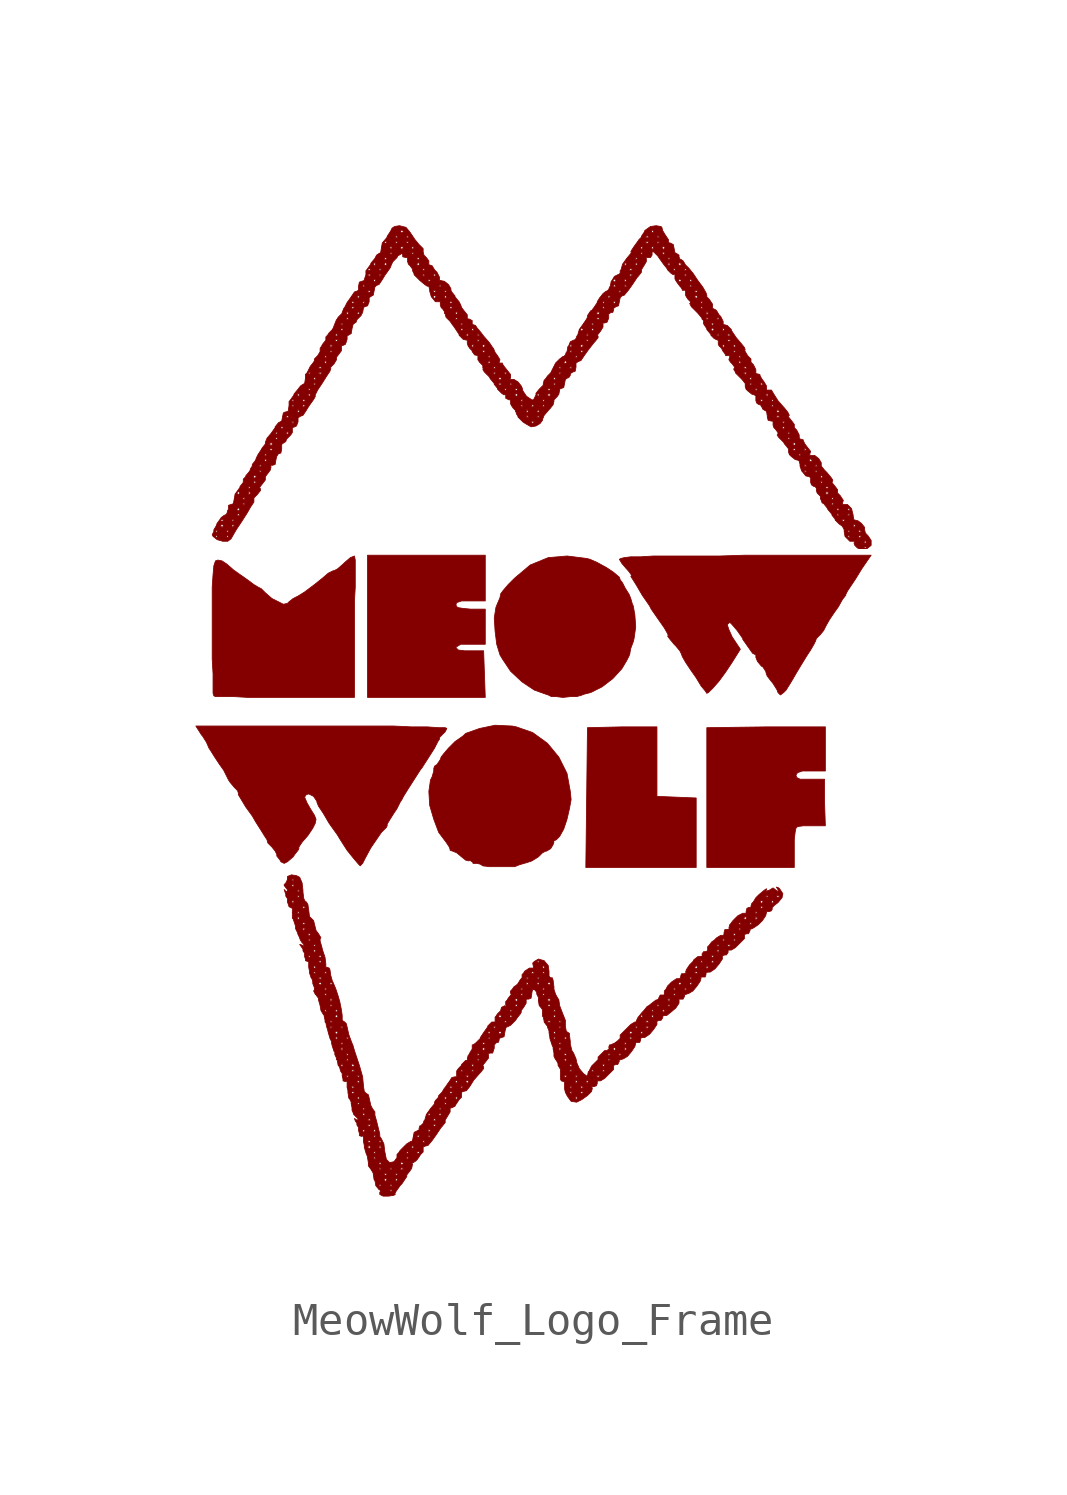
<source format=kicad_sym>
(kicad_symbol_lib
  (version 20220914)
  (generator kicad_symbol_editor)
  (symbol "MeowWolf_Logo_Frame"
    (pin_names
      (offset 1.016))
    (property "Reference" "LOGO"
      (at 0 -16.51 0)
      (effects (font (size 1.524 1.524)) hide))
    (symbol "MeowWolf_Logo_Frame_0_0"
      (polyline (pts (xy 4.521 -2.819) (xy 3.302 -2.769) (xy 3.302 -0.61) (xy 2.21 -0.61) (xy 1.143 -0.635) (xy 1.118 -2.794) (xy 1.092 -4.978) (xy 4.521 -4.978) (xy 4.521 -2.819)) (stroke (width 0.025) (type solid)) (fill (type outline)))
      (polyline (pts (xy 7.569 -4.115) (xy 7.595 -3.886) (xy 7.62 -3.759) (xy 7.671 -3.708) (xy 7.849 -3.683) (xy 8.534 -3.683) (xy 8.509 -2.946) (xy 8.509 -2.235) (xy 7.747 -2.235) (xy 7.645 -2.184) (xy 7.62 -2.108) (xy 7.671 -2.032) (xy 7.823 -1.981) (xy 8.534 -1.981) (xy 8.534 -0.61) (xy 6.706 -0.61) (xy 4.851 -0.635) (xy 4.851 -4.978) (xy 7.569 -4.978) (xy 7.569 -4.115)) (stroke (width 0.025) (type solid)) (fill (type outline)))
      (polyline (pts (xy -2.057 1.016) (xy -2.083 1.753) (xy -2.667 1.753) (xy -2.87 1.778) (xy -2.946 1.854) (xy -2.921 1.88) (xy -2.794 1.956) (xy -2.032 1.956) (xy -2.032 3.048) (xy -2.489 3.048) (xy -2.743 3.073) (xy -2.896 3.099) (xy -2.946 3.175) (xy -2.921 3.251) (xy -2.769 3.302) (xy -2.032 3.302) (xy -2.032 4.724) (xy -5.69 4.724) (xy -5.69 0.305) (xy -2.032 0.305) (xy -2.057 1.016)) (stroke (width 0.025) (type solid)) (fill (type outline)))
      (polyline (pts (xy -6.096 3.302) (xy -6.071 3.734) (xy -6.071 4.572) (xy -6.096 4.699) (xy -6.223 4.648) (xy -6.401 4.496) (xy -6.452 4.445) (xy -6.629 4.293) (xy -6.731 4.242) (xy -6.756 4.242) (xy -6.909 4.166) (xy -7.087 4.013) (xy -7.341 3.81) (xy -7.645 3.581) (xy -7.849 3.454) (xy -8.001 3.378) (xy -8.128 3.277) (xy -8.179 3.226) (xy -8.306 3.2) (xy -8.661 3.378) (xy -8.865 3.556) (xy -8.992 3.683) (xy -9.093 3.734) (xy -9.22 3.81) (xy -9.423 3.962) (xy -9.677 4.14) (xy -9.855 4.267) (xy -10.058 4.445) (xy -10.211 4.547) (xy -10.338 4.572) (xy -10.414 4.547) (xy -10.465 4.394) (xy -10.49 4.115) (xy -10.516 3.734) (xy -10.516 1.499) (xy -10.49 1.041) (xy -10.49 0.432) (xy -10.465 0.356) (xy -10.414 0.33) (xy -9.83 0.33) (xy -9.398 0.305) (xy -6.096 0.305) (xy -6.096 3.302)) (stroke (width 0.025) (type solid)) (fill (type outline)))
      (polyline (pts (xy 0.61 0.33) (xy 0.813 0.33) (xy 0.889 0.356) (xy 0.914 0.356) (xy 1.041 0.406) (xy 1.245 0.457) (xy 1.6 0.635) (xy 1.93 0.889) (xy 2.21 1.194) (xy 2.362 1.448) (xy 2.438 1.6) (xy 2.464 1.676) (xy 2.464 1.702) (xy 2.489 1.829) (xy 2.565 2.032) (xy 2.591 2.134) (xy 2.642 2.489) (xy 2.616 2.87) (xy 2.565 3.15) (xy 2.54 3.2) (xy 2.489 3.378) (xy 2.438 3.505) (xy 2.311 3.708) (xy 2.235 3.861) (xy 2.159 3.962) (xy 2.134 4.039) (xy 1.956 4.191) (xy 1.727 4.343) (xy 1.448 4.496) (xy 1.219 4.597) (xy 1.118 4.623) (xy 0.508 4.699) (xy -0.076 4.648) (xy -0.635 4.42) (xy -1.118 4.013) (xy -1.321 3.81) (xy -1.473 3.632) (xy -1.549 3.531) (xy -1.575 3.404) (xy -1.651 3.226) (xy -1.702 3.099) (xy -1.753 2.769) (xy -1.727 2.362) (xy -1.676 1.956) (xy -1.575 1.626) (xy -1.499 1.499) (xy -1.245 1.118) (xy -0.889 0.787) (xy -0.508 0.533) (xy -0.152 0.406) (xy -0.076 0.381) (xy 0.025 0.33) (xy 0.178 0.33) (xy 0.381 0.305) (xy 0.61 0.33)) (stroke (width 0.025) (type solid)) (fill (type outline)))
      (polyline (pts (xy -0.991 -4.902) (xy -0.914 -4.877) (xy -0.737 -4.826) (xy -0.584 -4.775) (xy -0.381 -4.648) (xy -0.254 -4.521) (xy -0.152 -4.47) (xy -0.127 -4.47) (xy 0 -4.394) (xy 0.076 -4.267) (xy 0.102 -4.191) (xy 0.076 -4.166) (xy 0.178 -4.115) (xy 0.279 -4.013) (xy 0.406 -3.785) (xy 0.508 -3.48) (xy 0.584 -3.15) (xy 0.635 -2.87) (xy 0.61 -2.616) (xy 0.508 -2.057) (xy 0.254 -1.549) (xy -0.102 -1.118) (xy -0.559 -0.787) (xy -1.067 -0.61) (xy -1.194 -0.584) (xy -1.727 -0.559) (xy -2.21 -0.66) (xy -2.642 -0.813) (xy -2.718 -0.889) (xy -2.972 -1.067) (xy -3.175 -1.27) (xy -3.327 -1.448) (xy -3.404 -1.549) (xy -3.429 -1.626) (xy -3.531 -1.778) (xy -3.607 -1.829) (xy -3.632 -1.905) (xy -3.632 -1.981) (xy -3.683 -2.159) (xy -3.734 -2.261) (xy -3.785 -2.616) (xy -3.759 -3.048) (xy -3.632 -3.48) (xy -3.48 -3.886) (xy -3.251 -4.191) (xy -3.15 -4.343) (xy -3.124 -4.42) (xy -3.124 -4.445) (xy -3.048 -4.47) (xy -2.921 -4.521) (xy -2.769 -4.648) (xy -2.642 -4.75) (xy -2.54 -4.775) (xy -2.515 -4.75) (xy -2.413 -4.826) (xy -2.413 -4.851) (xy -2.286 -4.851) (xy -2.184 -4.877) (xy -2.108 -4.928) (xy -1.905 -4.953) (xy -1.118 -4.953) (xy -0.991 -4.902)) (stroke (width 0.025) (type solid)) (fill (type outline)))
      (polyline (pts (xy -5.842 -4.851) (xy -5.766 -4.699) (xy -5.588 -4.369) (xy -5.258 -3.886) (xy -5.105 -3.734) (xy -5.08 -3.683) (xy -5.08 -3.632) (xy -5.004 -3.505) (xy -4.877 -3.302) (xy -4.775 -3.15) (xy -4.674 -2.946) (xy -4.623 -2.87) (xy -4.572 -2.769) (xy -4.445 -2.565) (xy -4.267 -2.286) (xy -4.039 -1.93) (xy -4.013 -1.905) (xy -3.785 -1.549) (xy -3.607 -1.27) (xy -3.505 -1.067) (xy -3.454 -0.991) (xy -3.454 -0.94) (xy -3.277 -0.762) (xy -3.226 -0.66) (xy -3.277 -0.635) (xy -3.48 -0.635) (xy -3.835 -0.61) (xy -4.318 -0.61) (xy -4.877 -0.584) (xy -11.024 -0.584) (xy -10.846 -0.864) (xy -10.82 -0.889) (xy -10.693 -1.092) (xy -10.617 -1.27) (xy -10.566 -1.346) (xy -10.439 -1.549) (xy -10.287 -1.778) (xy -10.16 -1.956) (xy -10.008 -2.261) (xy -9.957 -2.337) (xy -9.83 -2.489) (xy -9.728 -2.591) (xy -9.703 -2.667) (xy -9.703 -2.718) (xy -9.474 -3.099) (xy -9.271 -3.378) (xy -9.169 -3.556) (xy -8.992 -3.835) (xy -8.865 -4.039) (xy -8.814 -4.115) (xy -8.788 -4.216) (xy -8.661 -4.343) (xy -8.56 -4.47) (xy -8.509 -4.572) (xy -8.509 -4.623) (xy -8.407 -4.75) (xy -8.382 -4.801) (xy -8.28 -4.851) (xy -8.179 -4.801) (xy -8.001 -4.648) (xy -7.95 -4.572) (xy -7.849 -4.445) (xy -7.823 -4.394) (xy -7.823 -4.343) (xy -7.722 -4.191) (xy -7.544 -3.988) (xy -7.391 -3.759) (xy -7.315 -3.607) (xy -7.29 -3.48) (xy -7.341 -3.353) (xy -7.468 -3.15) (xy -7.569 -2.972) (xy -7.645 -2.794) (xy -7.595 -2.718) (xy -7.518 -2.692) (xy -7.366 -2.769) (xy -7.264 -2.921) (xy -7.264 -2.946) (xy -7.214 -3.073) (xy -7.061 -3.302) (xy -6.883 -3.607) (xy -6.629 -3.962) (xy -6.553 -4.089) (xy -6.325 -4.445) (xy -6.121 -4.699) (xy -5.969 -4.877) (xy -5.918 -4.928) (xy -5.842 -4.851)) (stroke (width 0.025) (type solid)) (fill (type outline)))
      (polyline (pts (xy 7.239 0.457) (xy 7.315 0.533) (xy 7.442 0.737) (xy 7.518 0.864) (xy 7.62 1.041) (xy 7.772 1.295) (xy 7.976 1.626) (xy 8.077 1.778) (xy 8.179 1.956) (xy 8.23 2.057) (xy 8.255 2.134) (xy 8.382 2.261) (xy 8.484 2.388) (xy 8.56 2.54) (xy 8.661 2.718) (xy 8.814 2.946) (xy 8.941 3.124) (xy 9.068 3.353) (xy 9.169 3.48) (xy 9.169 3.505) (xy 9.22 3.607) (xy 9.474 3.988) (xy 9.677 4.318) (xy 9.957 4.724) (xy 6.045 4.724) (xy 5.258 4.699) (xy 3.2 4.699) (xy 2.794 4.674) (xy 2.489 4.674) (xy 2.286 4.648) (xy 2.184 4.623) (xy 2.134 4.597) (xy 2.21 4.47) (xy 2.362 4.293) (xy 2.388 4.267) (xy 2.489 4.14) (xy 2.515 4.064) (xy 2.489 4.064) (xy 2.54 3.988) (xy 2.667 3.785) (xy 2.845 3.48) (xy 3.073 3.15) (xy 3.124 3.048) (xy 3.353 2.718) (xy 3.531 2.464) (xy 3.632 2.286) (xy 3.658 2.21) (xy 3.632 2.21) (xy 3.708 2.108) (xy 3.835 1.956) (xy 3.886 1.905) (xy 4.013 1.753) (xy 4.064 1.651) (xy 4.089 1.575) (xy 4.191 1.397) (xy 4.343 1.168) (xy 4.521 0.914) (xy 4.674 0.66) (xy 4.801 0.508) (xy 4.851 0.432) (xy 4.902 0.457) (xy 5.055 0.61) (xy 5.232 0.813) (xy 5.436 1.092) (xy 5.639 1.397) (xy 5.893 1.803) (xy 5.639 2.184) (xy 5.537 2.413) (xy 5.486 2.565) (xy 5.563 2.642) (xy 5.639 2.565) (xy 5.791 2.388) (xy 5.969 2.134) (xy 5.969 2.108) (xy 6.147 1.854) (xy 6.274 1.676) (xy 6.375 1.626) (xy 6.375 1.549) (xy 6.426 1.422) (xy 6.553 1.27) (xy 6.579 1.27) (xy 6.68 1.118) (xy 6.706 1.016) (xy 6.731 0.965) (xy 6.807 0.864) (xy 6.909 0.737) (xy 7.036 0.533) (xy 7.061 0.457) (xy 7.137 0.381) (xy 7.239 0.457)) (stroke (width 0.025) (type solid)) (fill (type outline)))
      (polyline (pts (xy -4.877 -15.164) (xy -4.826 -15.138) (xy -4.851 -15.138) (xy -4.801 -15.037) (xy -4.674 -14.859) (xy -4.623 -14.808) (xy -4.47 -14.58) (xy -4.47 -14.529) (xy -4.369 -14.402) (xy -4.318 -14.326) (xy -4.293 -14.199) (xy -4.318 -14.173) (xy -4.267 -14.148) (xy -4.191 -14.097) (xy -4.14 -14.046) (xy -4.039 -13.894) (xy -3.962 -13.818) (xy -3.962 -13.665) (xy -3.912 -13.64) (xy -3.81 -13.614) (xy -3.683 -13.462) (xy -3.556 -13.284) (xy -3.404 -13.056) (xy -3.378 -13.03) (xy -3.277 -12.903) (xy -3.277 -12.827) (xy -3.124 -12.573) (xy -3.124 -12.471) (xy -3.15 -12.471) (xy -3.099 -12.446) (xy -3.073 -12.446) (xy -2.972 -12.395) (xy -2.946 -12.344) (xy -2.845 -12.192) (xy -2.769 -12.116) (xy -2.769 -11.963) (xy -2.718 -11.938) (xy -2.616 -11.913) (xy -2.515 -11.786) (xy -2.388 -11.582) (xy -2.21 -11.379) (xy -2.184 -11.354) (xy -2.083 -11.227) (xy -2.083 -11.176) (xy -2.108 -11.125) (xy -2.007 -10.998) (xy -1.93 -10.897) (xy -1.93 -10.795) (xy -1.956 -10.77) (xy -1.88 -10.744) (xy -1.803 -10.744) (xy -1.753 -10.592) (xy -1.753 -10.49) (xy -1.676 -10.414) (xy -1.626 -10.414) (xy -1.6 -10.338) (xy -1.6 -10.287) (xy -1.448 -10.236) (xy -1.422 -10.084) (xy -1.397 -9.982) (xy -1.372 -9.931) (xy -1.346 -9.931) (xy -1.245 -9.881) (xy -1.092 -9.728) (xy -1.041 -9.652) (xy -0.94 -9.525) (xy -0.914 -9.474) (xy -0.914 -9.423) (xy -0.838 -9.322) (xy -0.762 -9.195) (xy -0.762 -9.068) (xy -0.686 -9.068) (xy -0.61 -9.042) (xy -0.584 -8.89) (xy -0.584 -8.865) (xy -0.559 -8.763) (xy -0.254 -8.763) (xy -0.229 -8.712) (xy -0.178 -8.763) (xy -0.229 -8.788) (xy -0.254 -8.763) (xy -0.559 -8.763) (xy -0.483 -8.788) (xy -0.432 -8.865) (xy -0.432 -8.915) (xy -0.254 -8.915) (xy -0.229 -8.89) (xy -0.178 -8.915) (xy -0.229 -8.966) (xy -0.254 -8.915) (xy -0.432 -8.915) (xy -0.381 -9.017) (xy -0.381 -9.093) (xy -0.102 -9.093) (xy -0.051 -9.042) (xy 0 -9.093) (xy -0.051 -9.144) (xy -0.102 -9.093) (xy -0.381 -9.093) (xy -0.381 -9.119) (xy -0.356 -9.271) (xy -0.102 -9.271) (xy -0.051 -9.22) (xy 0 -9.271) (xy -0.051 -9.296) (xy -0.102 -9.271) (xy -0.356 -9.271) (xy -0.33 -9.296) (xy -0.254 -9.398) (xy -0.254 -9.423) (xy 0.076 -9.423) (xy 0.127 -9.398) (xy 0.152 -9.423) (xy 0.127 -9.474) (xy 0.076 -9.423) (xy -0.254 -9.423) (xy -0.254 -9.601) (xy 0.076 -9.601) (xy 0.127 -9.55) (xy 0.152 -9.601) (xy 0.127 -9.652) (xy 0.076 -9.601) (xy -0.254 -9.601) (xy -0.229 -9.627) (xy -0.203 -9.754) (xy -0.203 -9.779) (xy -0.102 -9.779) (xy -0.051 -9.728) (xy 0 -9.779) (xy 0.254 -9.779) (xy 0.279 -9.728) (xy 0.33 -9.779) (xy 0.279 -9.804) (xy 0.254 -9.779) (xy 0 -9.779) (xy -0.051 -9.804) (xy -0.102 -9.779) (xy -0.203 -9.779) (xy -0.127 -9.881) (xy -0.102 -9.906) (xy -0.102 -9.931) (xy 0.254 -9.931) (xy 0.279 -9.906) (xy 0.33 -9.931) (xy 0.279 -9.982) (xy 0.254 -9.931) (xy -0.102 -9.931) (xy -0.051 -10.058) (xy -0.051 -10.084) (xy -0.051 -10.109) (xy 0.076 -10.109) (xy 0.127 -10.058) (xy 0.152 -10.109) (xy 0.127 -10.16) (xy 0.076 -10.109) (xy -0.051 -10.109) (xy -0.025 -10.262) (xy -0.025 -10.287) (xy 0.076 -10.287) (xy 0.127 -10.236) (xy 0.152 -10.287) (xy 0.406 -10.287) (xy 0.457 -10.236) (xy 0.508 -10.287) (xy 0.457 -10.312) (xy 0.406 -10.287) (xy 0.152 -10.287) (xy 0.127 -10.312) (xy 0.076 -10.287) (xy -0.025 -10.287) (xy 0.025 -10.439) (xy 0.254 -10.439) (xy 0.279 -10.414) (xy 0.33 -10.439) (xy 0.279 -10.49) (xy 0.254 -10.439) (xy 0.025 -10.439) (xy 0.051 -10.516) (xy 0.076 -10.566) (xy 0.076 -10.617) (xy 0.254 -10.617) (xy 0.279 -10.566) (xy 0.33 -10.617) (xy 0.279 -10.668) (xy 0.254 -10.617) (xy 0.076 -10.617) (xy 0.102 -10.744) (xy 0.102 -10.795) (xy 0.406 -10.795) (xy 0.457 -10.744) (xy 0.508 -10.795) (xy 0.457 -10.82) (xy 0.406 -10.795) (xy 0.102 -10.795) (xy 0.102 -10.846) (xy 0.152 -10.947) (xy 0.406 -10.947) (xy 0.457 -10.922) (xy 0.508 -10.947) (xy 0.457 -10.998) (xy 0.406 -10.947) (xy 0.152 -10.947) (xy 0.178 -10.973) (xy 0.229 -11.074) (xy 0.229 -11.125) (xy 0.584 -11.125) (xy 0.635 -11.074) (xy 0.66 -11.125) (xy 0.635 -11.176) (xy 0.584 -11.125) (xy 0.229 -11.125) (xy 0.305 -11.252) (xy 0.305 -11.303) (xy 0.584 -11.303) (xy 0.635 -11.252) (xy 0.66 -11.303) (xy 0.635 -11.328) (xy 0.584 -11.303) (xy 0.305 -11.303) (xy 0.305 -11.455) (xy 0.406 -11.455) (xy 0.457 -11.43) (xy 0.508 -11.455) (xy 0.762 -11.455) (xy 0.787 -11.43) (xy 0.838 -11.455) (xy 0.787 -11.506) (xy 0.762 -11.455) (xy 0.508 -11.455) (xy 0.457 -11.506) (xy 0.406 -11.455) (xy 0.305 -11.455) (xy 0.305 -11.557) (xy 0.33 -11.608) (xy 0.406 -11.633) (xy 0.432 -11.633) (xy 0.762 -11.633) (xy 0.787 -11.582) (xy 0.838 -11.633) (xy 1.092 -11.633) (xy 1.143 -11.582) (xy 1.168 -11.633) (xy 1.143 -11.684) (xy 1.092 -11.633) (xy 0.838 -11.633) (xy 0.787 -11.684) (xy 0.762 -11.633) (xy 0.432 -11.633) (xy 0.432 -11.811) (xy 0.584 -11.811) (xy 0.635 -11.76) (xy 0.66 -11.811) (xy 0.914 -11.811) (xy 0.965 -11.76) (xy 1.016 -11.811) (xy 0.965 -11.836) (xy 0.914 -11.811) (xy 0.66 -11.811) (xy 0.635 -11.836) (xy 0.584 -11.811) (xy 0.432 -11.811) (xy 0.432 -11.862) (xy 0.457 -11.963) (xy 0.584 -11.963) (xy 0.635 -11.938) (xy 0.66 -11.963) (xy 0.914 -11.963) (xy 0.965 -11.938) (xy 1.016 -11.963) (xy 0.965 -12.014) (xy 0.914 -11.963) (xy 0.66 -11.963) (xy 0.635 -12.014) (xy 0.584 -11.963) (xy 0.457 -11.963) (xy 0.508 -12.065) (xy 0.559 -12.141) (xy 0.762 -12.141) (xy 0.787 -12.09) (xy 0.838 -12.141) (xy 0.787 -12.192) (xy 0.762 -12.141) (xy 0.559 -12.141) (xy 0.635 -12.243) (xy 0.787 -12.268) (xy 0.813 -12.268) (xy 0.965 -12.192) (xy 1.143 -12.065) (xy 1.27 -11.938) (xy 1.295 -11.836) (xy 1.27 -11.786) (xy 1.346 -11.786) (xy 1.422 -11.76) (xy 1.448 -11.684) (xy 1.448 -11.608) (xy 1.549 -11.608) (xy 1.676 -11.532) (xy 1.956 -11.252) (xy 1.956 -11.125) (xy 2.032 -11.1) (xy 2.083 -11.1) (xy 2.134 -10.998) (xy 2.108 -10.973) (xy 2.261 -10.922) (xy 2.388 -10.846) (xy 2.515 -10.693) (xy 2.616 -10.541) (xy 2.642 -10.439) (xy 2.616 -10.414) (xy 2.769 -10.414) (xy 2.794 -10.338) (xy 2.794 -10.287) (xy 2.845 -10.262) (xy 2.921 -10.262) (xy 3.073 -10.16) (xy 3.2 -10.008) (xy 3.302 -9.855) (xy 3.302 -9.754) (xy 3.378 -9.728) (xy 3.429 -9.728) (xy 3.48 -9.652) (xy 3.48 -9.601) (xy 3.531 -9.576) (xy 3.607 -9.576) (xy 3.734 -9.474) (xy 3.886 -9.347) (xy 3.988 -9.195) (xy 3.988 -9.093) (xy 3.962 -9.068) (xy 4.115 -9.068) (xy 4.166 -8.966) (xy 4.14 -8.941) (xy 4.293 -8.89) (xy 4.42 -8.814) (xy 4.547 -8.661) (xy 4.648 -8.509) (xy 4.674 -8.407) (xy 4.648 -8.382) (xy 4.801 -8.382) (xy 4.826 -8.306) (xy 4.826 -8.255) (xy 4.877 -8.23) (xy 4.953 -8.23) (xy 5.105 -8.128) (xy 5.232 -7.976) (xy 5.334 -7.823) (xy 5.334 -7.722) (xy 5.41 -7.696) (xy 5.461 -7.696) (xy 5.512 -7.62) (xy 5.512 -7.544) (xy 5.613 -7.544) (xy 5.74 -7.468) (xy 6.02 -7.188) (xy 6.02 -7.061) (xy 6.096 -7.036) (xy 6.147 -7.036) (xy 6.198 -6.934) (xy 6.172 -6.909) (xy 6.248 -6.883) (xy 6.299 -6.858) (xy 6.452 -6.756) (xy 6.579 -6.629) (xy 6.68 -6.477) (xy 6.706 -6.375) (xy 6.706 -6.35) (xy 6.782 -6.35) (xy 6.858 -6.325) (xy 6.883 -6.274) (xy 6.883 -6.223) (xy 6.96 -6.147) (xy 7.061 -6.071) (xy 7.188 -5.918) (xy 7.214 -5.791) (xy 7.112 -5.639) (xy 7.087 -5.613) (xy 7.01 -5.588) (xy 7.061 -5.664) (xy 7.087 -5.74) (xy 7.01 -5.69) (xy 6.909 -5.613) (xy 6.782 -5.69) (xy 6.756 -5.69) (xy 6.68 -5.74) (xy 6.706 -5.664) (xy 6.706 -5.639) (xy 6.629 -5.69) (xy 6.477 -5.817) (xy 6.426 -5.867) (xy 6.68 -5.867) (xy 6.731 -5.842) (xy 6.756 -5.867) (xy 7.01 -5.867) (xy 7.061 -5.842) (xy 7.112 -5.867) (xy 7.061 -5.918) (xy 7.01 -5.867) (xy 6.756 -5.867) (xy 6.731 -5.918) (xy 6.68 -5.867) (xy 6.426 -5.867) (xy 6.375 -5.918) (xy 6.299 -6.045) (xy 6.502 -6.045) (xy 6.553 -5.994) (xy 6.604 -6.045) (xy 6.858 -6.045) (xy 6.883 -5.994) (xy 6.934 -6.045) (xy 6.883 -6.096) (xy 6.858 -6.045) (xy 6.604 -6.045) (xy 6.553 -6.096) (xy 6.502 -6.045) (xy 6.299 -6.045) (xy 6.248 -6.096) (xy 6.223 -6.172) (xy 6.223 -6.223) (xy 6.502 -6.223) (xy 6.553 -6.172) (xy 6.604 -6.223) (xy 6.553 -6.248) (xy 6.502 -6.223) (xy 6.223 -6.223) (xy 6.147 -6.223) (xy 6.096 -6.248) (xy 6.071 -6.35) (xy 6.071 -6.375) (xy 6.35 -6.375) (xy 6.375 -6.35) (xy 6.426 -6.375) (xy 6.375 -6.426) (xy 6.35 -6.375) (xy 6.071 -6.375) (xy 6.071 -6.401) (xy 5.969 -6.401) (xy 5.817 -6.477) (xy 5.74 -6.553) (xy 5.994 -6.553) (xy 6.045 -6.502) (xy 6.096 -6.553) (xy 6.35 -6.553) (xy 6.375 -6.502) (xy 6.426 -6.553) (xy 6.375 -6.604) (xy 6.35 -6.553) (xy 6.096 -6.553) (xy 6.045 -6.604) (xy 5.994 -6.553) (xy 5.74 -6.553) (xy 5.664 -6.629) (xy 5.588 -6.731) (xy 5.842 -6.731) (xy 5.867 -6.68) (xy 5.918 -6.731) (xy 6.172 -6.731) (xy 6.223 -6.68) (xy 6.248 -6.731) (xy 6.223 -6.756) (xy 6.172 -6.731) (xy 5.918 -6.731) (xy 5.867 -6.756) (xy 5.842 -6.731) (xy 5.588 -6.731) (xy 5.563 -6.756) (xy 5.537 -6.858) (xy 5.563 -6.883) (xy 5.842 -6.883) (xy 5.867 -6.858) (xy 5.918 -6.883) (xy 5.867 -6.934) (xy 5.842 -6.883) (xy 5.563 -6.883) (xy 5.486 -6.909) (xy 5.41 -6.909) (xy 5.385 -7.01) (xy 5.385 -7.061) (xy 5.664 -7.061) (xy 5.715 -7.01) (xy 5.74 -7.061) (xy 5.715 -7.112) (xy 5.664 -7.061) (xy 5.385 -7.061) (xy 5.359 -7.087) (xy 5.283 -7.087) (xy 5.156 -7.163) (xy 5.08 -7.239) (xy 5.334 -7.239) (xy 5.359 -7.188) (xy 5.41 -7.239) (xy 5.664 -7.239) (xy 5.715 -7.188) (xy 5.74 -7.239) (xy 5.715 -7.264) (xy 5.664 -7.239) (xy 5.41 -7.239) (xy 5.359 -7.264) (xy 5.334 -7.239) (xy 5.08 -7.239) (xy 5.004 -7.29) (xy 4.928 -7.391) (xy 5.156 -7.391) (xy 5.207 -7.366) (xy 5.232 -7.391) (xy 5.486 -7.391) (xy 5.537 -7.366) (xy 5.588 -7.391) (xy 5.537 -7.442) (xy 5.486 -7.391) (xy 5.232 -7.391) (xy 5.207 -7.442) (xy 5.156 -7.391) (xy 4.928 -7.391) (xy 4.877 -7.442) (xy 4.877 -7.569) (xy 5.156 -7.569) (xy 5.207 -7.518) (xy 5.232 -7.569) (xy 5.207 -7.62) (xy 5.156 -7.569) (xy 4.877 -7.569) (xy 4.801 -7.595) (xy 4.75 -7.595) (xy 4.699 -7.671) (xy 4.724 -7.722) (xy 4.648 -7.747) (xy 4.978 -7.747) (xy 5.029 -7.696) (xy 5.08 -7.747) (xy 5.029 -7.772) (xy 4.978 -7.747) (xy 4.648 -7.747) (xy 4.572 -7.747) (xy 4.445 -7.849) (xy 4.42 -7.899) (xy 4.648 -7.899) (xy 4.699 -7.874) (xy 4.724 -7.899) (xy 4.978 -7.899) (xy 5.029 -7.874) (xy 5.08 -7.899) (xy 5.029 -7.95) (xy 4.978 -7.899) (xy 4.724 -7.899) (xy 4.699 -7.95) (xy 4.648 -7.899) (xy 4.42 -7.899) (xy 4.318 -8.001) (xy 4.267 -8.077) (xy 4.47 -8.077) (xy 4.521 -8.026) (xy 4.572 -8.077) (xy 4.826 -8.077) (xy 4.851 -8.026) (xy 4.902 -8.077) (xy 4.851 -8.128) (xy 4.826 -8.077) (xy 4.572 -8.077) (xy 4.521 -8.128) (xy 4.47 -8.077) (xy 4.267 -8.077) (xy 4.216 -8.153) (xy 4.191 -8.23) (xy 4.216 -8.255) (xy 4.47 -8.255) (xy 4.521 -8.204) (xy 4.572 -8.255) (xy 4.521 -8.28) (xy 4.47 -8.255) (xy 4.216 -8.255) (xy 4.14 -8.28) (xy 4.064 -8.28) (xy 4.039 -8.357) (xy 4.039 -8.407) (xy 4.318 -8.407) (xy 4.343 -8.382) (xy 4.394 -8.407) (xy 4.343 -8.458) (xy 4.318 -8.407) (xy 4.039 -8.407) (xy 3.988 -8.433) (xy 3.912 -8.433) (xy 3.759 -8.534) (xy 3.708 -8.585) (xy 3.962 -8.585) (xy 4.013 -8.534) (xy 4.064 -8.585) (xy 4.318 -8.585) (xy 4.343 -8.534) (xy 4.394 -8.585) (xy 4.343 -8.636) (xy 4.318 -8.585) (xy 4.064 -8.585) (xy 4.013 -8.636) (xy 3.962 -8.585) (xy 3.708 -8.585) (xy 3.632 -8.661) (xy 3.581 -8.763) (xy 3.81 -8.763) (xy 3.835 -8.712) (xy 3.886 -8.763) (xy 4.14 -8.763) (xy 4.191 -8.712) (xy 4.216 -8.763) (xy 4.191 -8.788) (xy 4.14 -8.763) (xy 3.886 -8.763) (xy 3.835 -8.788) (xy 3.81 -8.763) (xy 3.581 -8.763) (xy 3.531 -8.814) (xy 3.531 -8.915) (xy 3.81 -8.915) (xy 3.835 -8.89) (xy 3.886 -8.915) (xy 3.835 -8.966) (xy 3.81 -8.915) (xy 3.531 -8.915) (xy 3.531 -8.941) (xy 3.404 -8.941) (xy 3.353 -9.042) (xy 3.353 -9.068) (xy 3.302 -9.093) (xy 3.632 -9.093) (xy 3.683 -9.042) (xy 3.708 -9.093) (xy 3.683 -9.144) (xy 3.632 -9.093) (xy 3.302 -9.093) (xy 3.277 -9.093) (xy 3.175 -9.169) (xy 3.048 -9.271) (xy 3.302 -9.271) (xy 3.327 -9.22) (xy 3.378 -9.271) (xy 3.632 -9.271) (xy 3.683 -9.22) (xy 3.708 -9.271) (xy 3.683 -9.296) (xy 3.632 -9.271) (xy 3.378 -9.271) (xy 3.327 -9.296) (xy 3.302 -9.271) (xy 3.048 -9.271) (xy 2.997 -9.296) (xy 2.896 -9.423) (xy 3.124 -9.423) (xy 3.175 -9.398) (xy 3.2 -9.423) (xy 3.454 -9.423) (xy 3.505 -9.398) (xy 3.556 -9.423) (xy 3.505 -9.474) (xy 3.454 -9.423) (xy 3.2 -9.423) (xy 3.175 -9.474) (xy 3.124 -9.423) (xy 2.896 -9.423) (xy 2.845 -9.474) (xy 2.743 -9.601) (xy 2.794 -9.601) (xy 2.819 -9.55) (xy 2.87 -9.601) (xy 3.124 -9.601) (xy 3.175 -9.55) (xy 3.2 -9.601) (xy 3.175 -9.652) (xy 3.124 -9.601) (xy 2.87 -9.601) (xy 2.819 -9.652) (xy 2.794 -9.601) (xy 2.743 -9.601) (xy 2.718 -9.627) (xy 2.667 -9.728) (xy 2.667 -9.754) (xy 2.642 -9.779) (xy 2.946 -9.779) (xy 2.997 -9.728) (xy 3.048 -9.779) (xy 2.997 -9.804) (xy 2.946 -9.779) (xy 2.642 -9.779) (xy 2.616 -9.779) (xy 2.489 -9.855) (xy 2.413 -9.931) (xy 2.616 -9.931) (xy 2.667 -9.906) (xy 2.692 -9.931) (xy 2.946 -9.931) (xy 2.997 -9.906) (xy 3.048 -9.931) (xy 2.997 -9.982) (xy 2.946 -9.931) (xy 2.692 -9.931) (xy 2.667 -9.982) (xy 2.616 -9.931) (xy 2.413 -9.931) (xy 2.235 -10.109) (xy 2.438 -10.109) (xy 2.489 -10.058) (xy 2.54 -10.109) (xy 2.794 -10.109) (xy 2.819 -10.058) (xy 2.87 -10.109) (xy 2.819 -10.16) (xy 2.794 -10.109) (xy 2.54 -10.109) (xy 2.489 -10.16) (xy 2.438 -10.109) (xy 2.235 -10.109) (xy 2.159 -10.185) (xy 2.159 -10.262) (xy 2.159 -10.287) (xy 2.438 -10.287) (xy 2.489 -10.236) (xy 2.54 -10.287) (xy 2.489 -10.312) (xy 2.438 -10.287) (xy 2.159 -10.287) (xy 2.083 -10.363) (xy 1.981 -10.439) (xy 2.286 -10.439) (xy 2.311 -10.414) (xy 2.362 -10.439) (xy 2.311 -10.49) (xy 2.286 -10.439) (xy 1.981 -10.439) (xy 1.854 -10.49) (xy 1.829 -10.49) (xy 1.803 -10.566) (xy 1.829 -10.592) (xy 1.803 -10.617) (xy 1.93 -10.617) (xy 1.981 -10.566) (xy 2.032 -10.617) (xy 2.286 -10.617) (xy 2.311 -10.566) (xy 2.362 -10.617) (xy 2.311 -10.668) (xy 2.286 -10.617) (xy 2.032 -10.617) (xy 1.981 -10.668) (xy 1.93 -10.617) (xy 1.803 -10.617) (xy 1.753 -10.668) (xy 1.676 -10.668) (xy 1.549 -10.795) (xy 1.778 -10.795) (xy 1.803 -10.744) (xy 1.854 -10.795) (xy 2.108 -10.795) (xy 2.159 -10.744) (xy 2.184 -10.795) (xy 2.159 -10.82) (xy 2.108 -10.795) (xy 1.854 -10.795) (xy 1.803 -10.82) (xy 1.778 -10.795) (xy 1.549 -10.795) (xy 1.473 -10.871) (xy 1.473 -10.922) (xy 1.473 -10.947) (xy 1.778 -10.947) (xy 1.803 -10.922) (xy 1.854 -10.947) (xy 1.803 -10.998) (xy 1.778 -10.947) (xy 1.473 -10.947) (xy 1.422 -10.998) (xy 1.295 -11.125) (xy 1.6 -11.125) (xy 1.651 -11.074) (xy 1.676 -11.125) (xy 1.651 -11.176) (xy 1.6 -11.125) (xy 1.295 -11.125) (xy 1.27 -11.151) (xy 1.194 -11.303) (xy 1.27 -11.303) (xy 1.295 -11.252) (xy 1.346 -11.303) (xy 1.6 -11.303) (xy 1.651 -11.252) (xy 1.676 -11.303) (xy 1.651 -11.328) (xy 1.6 -11.303) (xy 1.346 -11.303) (xy 1.295 -11.328) (xy 1.27 -11.303) (xy 1.194 -11.303) (xy 1.168 -11.328) (xy 1.143 -11.455) (xy 1.422 -11.455) (xy 1.473 -11.43) (xy 1.524 -11.455) (xy 1.473 -11.506) (xy 1.422 -11.455) (xy 1.143 -11.455) (xy 1.118 -11.455) (xy 1.016 -11.379) (xy 0.889 -11.227) (xy 0.813 -11.049) (xy 0.787 -10.922) (xy 0.711 -10.744) (xy 0.66 -10.668) (xy 0.61 -10.465) (xy 0.61 -10.389) (xy 0.584 -10.185) (xy 0.584 -10.135) (xy 0.508 -10.084) (xy 0.483 -10.058) (xy 0.457 -9.906) (xy 0.457 -9.728) (xy 0.356 -9.474) (xy 0.279 -9.271) (xy 0.254 -9.093) (xy 0.178 -8.966) (xy 0.152 -8.915) (xy 0.102 -8.763) (xy 0.102 -8.687) (xy 0.076 -8.484) (xy 0.051 -8.407) (xy 0 -8.407) (xy -0.051 -8.357) (xy -0.051 -8.204) (xy -0.076 -8.026) (xy -0.203 -7.874) (xy -0.381 -7.823) (xy -0.508 -7.899) (xy -0.432 -7.899) (xy -0.381 -7.874) (xy -0.356 -7.899) (xy -0.381 -7.95) (xy -0.432 -7.899) (xy -0.508 -7.899) (xy -0.559 -7.95) (xy -0.533 -8.077) (xy -0.254 -8.077) (xy -0.229 -8.026) (xy -0.178 -8.077) (xy -0.229 -8.128) (xy -0.254 -8.077) (xy -0.533 -8.077) (xy -0.533 -8.103) (xy -0.66 -8.103) (xy -0.813 -8.204) (xy -0.838 -8.255) (xy -0.61 -8.255) (xy -0.559 -8.204) (xy -0.508 -8.255) (xy -0.254 -8.255) (xy -0.229 -8.204) (xy -0.178 -8.255) (xy -0.229 -8.28) (xy -0.254 -8.255) (xy -0.508 -8.255) (xy -0.559 -8.28) (xy -0.61 -8.255) (xy -0.838 -8.255) (xy -0.889 -8.306) (xy -0.889 -8.382) (xy -0.889 -8.407) (xy -0.762 -8.407) (xy -0.737 -8.382) (xy -0.686 -8.407) (xy -0.432 -8.407) (xy -0.381 -8.382) (xy -0.356 -8.407) (xy -0.381 -8.458) (xy -0.432 -8.407) (xy -0.686 -8.407) (xy -0.737 -8.458) (xy -0.762 -8.407) (xy -0.889 -8.407) (xy -0.94 -8.458) (xy -1.016 -8.585) (xy -0.762 -8.585) (xy -0.737 -8.534) (xy -0.686 -8.585) (xy -0.432 -8.585) (xy -0.381 -8.534) (xy -0.356 -8.585) (xy -0.102 -8.585) (xy -0.051 -8.534) (xy 0 -8.585) (xy -0.051 -8.636) (xy -0.102 -8.585) (xy -0.356 -8.585) (xy -0.381 -8.636) (xy -0.432 -8.585) (xy -0.686 -8.585) (xy -0.737 -8.636) (xy -0.762 -8.585) (xy -1.016 -8.585) (xy -1.067 -8.636) (xy -1.143 -8.687) (xy -1.194 -8.763) (xy -0.94 -8.763) (xy -0.889 -8.712) (xy -0.864 -8.763) (xy -0.889 -8.788) (xy -0.94 -8.763) (xy -1.194 -8.763) (xy -1.245 -8.814) (xy -1.245 -8.89) (xy -1.219 -8.915) (xy -0.94 -8.915) (xy -0.889 -8.89) (xy -0.864 -8.915) (xy -0.889 -8.966) (xy -0.94 -8.915) (xy -1.219 -8.915) (xy -1.321 -9.042) (xy -1.346 -9.093) (xy -1.118 -9.093) (xy -1.067 -9.042) (xy -1.016 -9.093) (xy -1.067 -9.144) (xy -1.118 -9.093) (xy -1.346 -9.093) (xy -1.397 -9.144) (xy -1.397 -9.246) (xy -1.372 -9.271) (xy -1.118 -9.271) (xy -1.067 -9.22) (xy -1.016 -9.271) (xy -1.067 -9.296) (xy -1.118 -9.271) (xy -1.372 -9.271) (xy -1.397 -9.296) (xy -1.422 -9.271) (xy -1.524 -9.322) (xy -1.549 -9.398) (xy -1.549 -9.423) (xy -1.27 -9.423) (xy -1.245 -9.398) (xy -1.194 -9.423) (xy -1.245 -9.474) (xy -1.27 -9.423) (xy -1.549 -9.423) (xy -1.651 -9.525) (xy -1.702 -9.601) (xy -1.626 -9.601) (xy -1.575 -9.55) (xy -1.524 -9.601) (xy -1.27 -9.601) (xy -1.245 -9.55) (xy -1.194 -9.601) (xy -1.245 -9.652) (xy -1.27 -9.601) (xy -1.524 -9.601) (xy -1.575 -9.652) (xy -1.626 -9.601) (xy -1.702 -9.601) (xy -1.727 -9.627) (xy -1.727 -9.779) (xy -1.448 -9.779) (xy -1.397 -9.728) (xy -1.372 -9.779) (xy -1.397 -9.804) (xy -1.448 -9.779) (xy -1.727 -9.779) (xy -1.829 -9.779) (xy -1.956 -9.906) (xy -1.956 -9.931) (xy -1.778 -9.931) (xy -1.753 -9.906) (xy -1.702 -9.931) (xy -1.753 -9.982) (xy -1.778 -9.931) (xy -1.956 -9.931) (xy -2.083 -10.109) (xy -1.956 -10.109) (xy -1.905 -10.058) (xy -1.88 -10.109) (xy -1.626 -10.109) (xy -1.575 -10.058) (xy -1.524 -10.109) (xy -1.575 -10.16) (xy -1.626 -10.109) (xy -1.88 -10.109) (xy -1.905 -10.16) (xy -1.956 -10.109) (xy -2.083 -10.109) (xy -2.184 -10.262) (xy -2.184 -10.287) (xy -1.956 -10.287) (xy -1.905 -10.236) (xy -1.88 -10.287) (xy -1.905 -10.312) (xy -1.956 -10.287) (xy -2.184 -10.287) (xy -2.311 -10.414) (xy -2.337 -10.439) (xy -2.134 -10.439) (xy -2.083 -10.414) (xy -2.032 -10.439) (xy -2.083 -10.49) (xy -2.134 -10.439) (xy -2.337 -10.439) (xy -2.413 -10.49) (xy -2.438 -10.49) (xy -2.438 -10.617) (xy -2.134 -10.617) (xy -2.083 -10.566) (xy -2.032 -10.617) (xy -2.083 -10.668) (xy -2.134 -10.617) (xy -2.438 -10.617) (xy -2.515 -10.744) (xy -2.54 -10.795) (xy -2.286 -10.795) (xy -2.261 -10.744) (xy -2.21 -10.795) (xy -2.261 -10.82) (xy -2.286 -10.795) (xy -2.54 -10.795) (xy -2.565 -10.82) (xy -2.591 -10.922) (xy -2.565 -10.947) (xy -2.286 -10.947) (xy -2.261 -10.922) (xy -2.21 -10.947) (xy -2.261 -10.998) (xy -2.286 -10.947) (xy -2.565 -10.947) (xy -2.616 -10.973) (xy -2.642 -10.973) (xy -2.769 -11.1) (xy -2.769 -11.125) (xy -2.464 -11.125) (xy -2.413 -11.074) (xy -2.388 -11.125) (xy -2.413 -11.176) (xy -2.464 -11.125) (xy -2.769 -11.125) (xy -2.87 -11.227) (xy -2.921 -11.303) (xy -2.794 -11.303) (xy -2.769 -11.252) (xy -2.718 -11.303) (xy -2.464 -11.303) (xy -2.413 -11.252) (xy -2.388 -11.303) (xy -2.413 -11.328) (xy -2.464 -11.303) (xy -2.718 -11.303) (xy -2.769 -11.328) (xy -2.794 -11.303) (xy -2.921 -11.303) (xy -2.921 -11.43) (xy -2.921 -11.455) (xy -2.642 -11.455) (xy -2.591 -11.43) (xy -2.54 -11.455) (xy -2.591 -11.506) (xy -2.642 -11.455) (xy -2.921 -11.455) (xy -2.896 -11.481) (xy -2.972 -11.481) (xy -3.073 -11.506) (xy -3.15 -11.633) (xy -2.972 -11.633) (xy -2.921 -11.582) (xy -2.896 -11.633) (xy -2.642 -11.633) (xy -2.591 -11.582) (xy -2.54 -11.633) (xy -2.591 -11.684) (xy -2.642 -11.633) (xy -2.896 -11.633) (xy -2.921 -11.684) (xy -2.972 -11.633) (xy -3.15 -11.633) (xy -3.175 -11.659) (xy -3.277 -11.811) (xy -3.15 -11.811) (xy -3.099 -11.76) (xy -3.048 -11.811) (xy -2.794 -11.811) (xy -2.769 -11.76) (xy -2.718 -11.811) (xy -2.769 -11.836) (xy -2.794 -11.811) (xy -3.048 -11.811) (xy -3.099 -11.836) (xy -3.15 -11.811) (xy -3.277 -11.811) (xy -3.302 -11.836) (xy -3.378 -11.963) (xy -3.15 -11.963) (xy -3.099 -11.938) (xy -3.048 -11.963) (xy -3.099 -12.014) (xy -3.15 -11.963) (xy -3.378 -11.963) (xy -3.48 -12.065) (xy -3.48 -12.09) (xy -3.505 -12.141) (xy -3.302 -12.141) (xy -3.277 -12.09) (xy -3.226 -12.141) (xy -2.972 -12.141) (xy -2.921 -12.09) (xy -2.896 -12.141) (xy -2.921 -12.192) (xy -2.972 -12.141) (xy -3.226 -12.141) (xy -3.277 -12.192) (xy -3.302 -12.141) (xy -3.505 -12.141) (xy -3.581 -12.217) (xy -3.607 -12.268) (xy -3.607 -12.319) (xy -3.302 -12.319) (xy -3.277 -12.268) (xy -3.226 -12.319) (xy -3.277 -12.344) (xy -3.302 -12.319) (xy -3.607 -12.319) (xy -3.734 -12.471) (xy -3.48 -12.471) (xy -3.429 -12.446) (xy -3.404 -12.471) (xy -3.429 -12.522) (xy -3.48 -12.471) (xy -3.734 -12.471) (xy -3.861 -12.649) (xy -3.81 -12.649) (xy -3.785 -12.598) (xy -3.734 -12.649) (xy -3.48 -12.649) (xy -3.429 -12.598) (xy -3.404 -12.649) (xy -3.429 -12.7) (xy -3.48 -12.649) (xy -3.734 -12.649) (xy -3.785 -12.7) (xy -3.81 -12.649) (xy -3.861 -12.649) (xy -3.912 -12.827) (xy -3.658 -12.827) (xy -3.607 -12.776) (xy -3.556 -12.827) (xy -3.607 -12.852) (xy -3.658 -12.827) (xy -3.912 -12.827) (xy -3.937 -12.852) (xy -3.962 -12.929) (xy -4.013 -12.979) (xy -3.658 -12.979) (xy -3.607 -12.954) (xy -3.556 -12.979) (xy -3.607 -13.03) (xy -3.658 -12.979) (xy -4.013 -12.979) (xy -4.039 -13.005) (xy -4.064 -13.005) (xy -4.089 -13.081) (xy -4.089 -13.132) (xy -4.14 -13.157) (xy -3.81 -13.157) (xy -3.785 -13.106) (xy -3.734 -13.157) (xy -3.785 -13.208) (xy -3.81 -13.157) (xy -4.14 -13.157) (xy -4.242 -13.208) (xy -4.267 -13.335) (xy -4.166 -13.335) (xy -4.115 -13.284) (xy -4.064 -13.335) (xy -3.81 -13.335) (xy -3.785 -13.284) (xy -3.734 -13.335) (xy -3.785 -13.36) (xy -3.81 -13.335) (xy -4.064 -13.335) (xy -4.115 -13.36) (xy -4.166 -13.335) (xy -4.267 -13.335) (xy -4.293 -13.462) (xy -4.318 -13.487) (xy -3.988 -13.487) (xy -3.937 -13.462) (xy -3.912 -13.487) (xy -3.937 -13.538) (xy -3.988 -13.487) (xy -4.318 -13.487) (xy -4.343 -13.487) (xy -4.47 -13.564) (xy -4.572 -13.665) (xy -4.318 -13.665) (xy -4.293 -13.614) (xy -4.242 -13.665) (xy -4.293 -13.716) (xy -4.318 -13.665) (xy -4.572 -13.665) (xy -4.674 -13.767) (xy -4.724 -13.843) (xy -4.496 -13.843) (xy -4.445 -13.792) (xy -4.42 -13.843) (xy -4.166 -13.843) (xy -4.115 -13.792) (xy -4.064 -13.843) (xy -4.115 -13.868) (xy -4.166 -13.843) (xy -4.42 -13.843) (xy -4.445 -13.868) (xy -4.496 -13.843) (xy -4.724 -13.843) (xy -4.775 -13.894) (xy -4.775 -13.995) (xy -4.496 -13.995) (xy -4.445 -13.97) (xy -4.42 -13.995) (xy -4.445 -14.046) (xy -4.496 -13.995) (xy -4.775 -13.995) (xy -4.851 -14.097) (xy -4.877 -14.122) (xy -5.004 -14.148) (xy -5.105 -14.046) (xy -5.156 -13.792) (xy -5.182 -13.564) (xy -5.258 -13.411) (xy -5.309 -13.335) (xy -5.309 -13.259) (xy -5.41 -12.852) (xy -5.461 -12.675) (xy -5.461 -12.573) (xy -5.537 -12.471) (xy -5.588 -12.37) (xy -5.639 -12.141) (xy -5.664 -12.04) (xy -5.74 -11.989) (xy -5.791 -11.938) (xy -5.817 -11.76) (xy -5.842 -11.481) (xy -5.944 -11.125) (xy -6.096 -10.668) (xy -6.147 -10.49) (xy -6.172 -10.439) (xy -6.248 -10.236) (xy -6.274 -10.16) (xy -6.325 -9.931) (xy -6.35 -9.83) (xy -6.401 -9.779) (xy -6.477 -9.728) (xy -6.477 -9.576) (xy -6.502 -9.398) (xy -6.553 -9.144) (xy -6.604 -8.966) (xy -6.68 -8.738) (xy -6.756 -8.56) (xy -6.782 -8.509) (xy -6.833 -8.331) (xy -6.858 -8.153) (xy -6.883 -8.103) (xy -6.96 -8.077) (xy -6.985 -8.077) (xy -6.985 -7.976) (xy -7.01 -7.772) (xy -7.087 -7.544) (xy -7.112 -7.442) (xy -7.163 -7.264) (xy -7.163 -7.188) (xy -7.137 -7.163) (xy -7.214 -7.036) (xy -7.29 -6.934) (xy -7.366 -6.629) (xy -7.493 -6.502) (xy -7.518 -6.299) (xy -7.544 -6.121) (xy -7.595 -6.045) (xy -7.62 -6.045) (xy -7.671 -5.944) (xy -7.696 -5.74) (xy -7.696 -5.69) (xy -7.722 -5.461) (xy -7.798 -5.283) (xy -7.899 -5.232) (xy -8.052 -5.207) (xy -8.179 -5.258) (xy -8.179 -5.359) (xy -8.052 -5.359) (xy -8.001 -5.334) (xy -7.976 -5.359) (xy -8.001 -5.41) (xy -8.052 -5.359) (xy -8.179 -5.359) (xy -8.23 -5.461) (xy -8.28 -5.512) (xy -8.28 -5.537) (xy -8.052 -5.537) (xy -8.001 -5.486) (xy -7.976 -5.537) (xy -8.001 -5.588) (xy -8.052 -5.537) (xy -8.28 -5.537) (xy -8.204 -5.639) (xy -8.179 -5.664) (xy -8.179 -5.715) (xy -7.874 -5.715) (xy -7.849 -5.664) (xy -7.798 -5.715) (xy -7.849 -5.74) (xy -7.874 -5.715) (xy -8.179 -5.715) (xy -8.153 -5.74) (xy -8.23 -5.715) (xy -8.28 -5.664) (xy -8.23 -5.817) (xy -8.23 -5.867) (xy -7.874 -5.867) (xy -7.849 -5.842) (xy -7.798 -5.867) (xy -7.849 -5.918) (xy -7.874 -5.867) (xy -8.23 -5.867) (xy -8.179 -5.944) (xy -8.179 -6.045) (xy -8.052 -6.045) (xy -8.001 -5.994) (xy -7.976 -6.045) (xy -8.001 -6.096) (xy -8.052 -6.045) (xy -8.179 -6.045) (xy -8.153 -6.121) (xy -8.128 -6.198) (xy -8.077 -6.223) (xy -7.722 -6.223) (xy -7.671 -6.172) (xy -7.62 -6.223) (xy -7.671 -6.248) (xy -7.722 -6.223) (xy -8.077 -6.223) (xy -8.026 -6.248) (xy -8.026 -6.375) (xy -7.874 -6.375) (xy -7.849 -6.35) (xy -7.798 -6.375) (xy -7.849 -6.426) (xy -7.874 -6.375) (xy -8.026 -6.375) (xy -8.026 -6.401) (xy -8.026 -6.553) (xy -7.874 -6.553) (xy -7.849 -6.502) (xy -7.798 -6.553) (xy -7.849 -6.604) (xy -7.874 -6.553) (xy -8.026 -6.553) (xy -8.001 -6.579) (xy -7.95 -6.731) (xy -7.722 -6.731) (xy -7.671 -6.68) (xy -7.62 -6.731) (xy -7.671 -6.756) (xy -7.722 -6.731) (xy -7.95 -6.731) (xy -7.925 -6.807) (xy -7.925 -6.883) (xy -7.722 -6.883) (xy -7.671 -6.858) (xy -7.62 -6.883) (xy -7.671 -6.934) (xy -7.722 -6.883) (xy -7.925 -6.883) (xy -7.874 -6.985) (xy -7.849 -7.061) (xy -7.544 -7.061) (xy -7.493 -7.01) (xy -7.468 -7.061) (xy -7.493 -7.112) (xy -7.544 -7.061) (xy -7.849 -7.061) (xy -7.823 -7.112) (xy -7.772 -7.239) (xy -7.544 -7.239) (xy -7.493 -7.188) (xy -7.468 -7.239) (xy -7.493 -7.264) (xy -7.544 -7.239) (xy -7.772 -7.239) (xy -7.722 -7.315) (xy -7.671 -7.366) (xy -7.671 -7.391) (xy -7.366 -7.391) (xy -7.341 -7.366) (xy -7.29 -7.391) (xy -7.341 -7.442) (xy -7.366 -7.391) (xy -7.671 -7.391) (xy -7.645 -7.442) (xy -7.722 -7.391) (xy -7.798 -7.366) (xy -7.696 -7.518) (xy -7.696 -7.569) (xy -7.366 -7.569) (xy -7.341 -7.518) (xy -7.29 -7.569) (xy -7.341 -7.62) (xy -7.366 -7.569) (xy -7.696 -7.569) (xy -7.645 -7.645) (xy -7.645 -7.747) (xy -7.544 -7.747) (xy -7.493 -7.696) (xy -7.468 -7.747) (xy -7.214 -7.747) (xy -7.163 -7.696) (xy -7.112 -7.747) (xy -7.163 -7.772) (xy -7.214 -7.747) (xy -7.468 -7.747) (xy -7.493 -7.772) (xy -7.544 -7.747) (xy -7.645 -7.747) (xy -7.62 -7.823) (xy -7.62 -7.874) (xy -7.544 -7.899) (xy -7.518 -7.899) (xy -7.214 -7.899) (xy -7.163 -7.874) (xy -7.112 -7.899) (xy -7.163 -7.95) (xy -7.214 -7.899) (xy -7.518 -7.899) (xy -7.518 -8.001) (xy -7.518 -8.077) (xy -7.366 -8.077) (xy -7.341 -8.026) (xy -7.29 -8.077) (xy -7.341 -8.128) (xy -7.366 -8.077) (xy -7.518 -8.077) (xy -7.493 -8.204) (xy -7.493 -8.255) (xy -7.366 -8.255) (xy -7.341 -8.204) (xy -7.29 -8.255) (xy -7.036 -8.255) (xy -6.985 -8.204) (xy -6.96 -8.255) (xy -6.985 -8.28) (xy -7.036 -8.255) (xy -7.29 -8.255) (xy -7.341 -8.28) (xy -7.366 -8.255) (xy -7.493 -8.255) (xy -7.442 -8.407) (xy -7.214 -8.407) (xy -7.163 -8.382) (xy -7.112 -8.407) (xy -7.163 -8.458) (xy -7.214 -8.407) (xy -7.442 -8.407) (xy -7.417 -8.433) (xy -7.391 -8.534) (xy -7.391 -8.585) (xy -7.214 -8.585) (xy -7.163 -8.534) (xy -7.112 -8.585) (xy -6.858 -8.585) (xy -6.833 -8.534) (xy -6.782 -8.585) (xy -6.833 -8.636) (xy -6.858 -8.585) (xy -7.112 -8.585) (xy -7.163 -8.636) (xy -7.214 -8.585) (xy -7.391 -8.585) (xy -7.341 -8.712) (xy -7.341 -8.763) (xy -7.036 -8.763) (xy -6.985 -8.712) (xy -6.96 -8.763) (xy -6.985 -8.788) (xy -7.036 -8.763) (xy -7.341 -8.763) (xy -7.341 -8.788) (xy -7.366 -8.814) (xy -7.315 -8.915) (xy -7.036 -8.915) (xy -6.985 -8.89) (xy -6.96 -8.915) (xy -6.985 -8.966) (xy -7.036 -8.915) (xy -7.315 -8.915) (xy -7.29 -8.941) (xy -7.214 -9.042) (xy -7.214 -9.093) (xy -6.858 -9.093) (xy -6.833 -9.042) (xy -6.782 -9.093) (xy -6.833 -9.144) (xy -6.858 -9.093) (xy -7.214 -9.093) (xy -7.163 -9.271) (xy -6.858 -9.271) (xy -6.833 -9.22) (xy -6.782 -9.271) (xy -6.833 -9.296) (xy -6.858 -9.271) (xy -7.163 -9.271) (xy -7.137 -9.423) (xy -7.036 -9.423) (xy -6.985 -9.398) (xy -6.96 -9.423) (xy -6.706 -9.423) (xy -6.655 -9.398) (xy -6.604 -9.423) (xy -6.655 -9.474) (xy -6.706 -9.423) (xy -6.96 -9.423) (xy -6.985 -9.474) (xy -7.036 -9.423) (xy -7.137 -9.423) (xy -7.061 -9.55) (xy -7.036 -9.576) (xy -7.036 -9.601) (xy -6.706 -9.601) (xy -6.655 -9.55) (xy -6.604 -9.601) (xy -6.655 -9.652) (xy -6.706 -9.601) (xy -7.036 -9.601) (xy -7.01 -9.728) (xy -7.01 -9.779) (xy -6.858 -9.779) (xy -6.833 -9.728) (xy -6.782 -9.779) (xy -6.833 -9.804) (xy -6.858 -9.779) (xy -7.01 -9.779) (xy -6.985 -9.804) (xy -6.96 -9.931) (xy -6.858 -9.931) (xy -6.833 -9.906) (xy -6.782 -9.931) (xy -6.528 -9.931) (xy -6.477 -9.906) (xy -6.452 -9.931) (xy -6.477 -9.982) (xy -6.528 -9.931) (xy -6.782 -9.931) (xy -6.833 -9.982) (xy -6.858 -9.931) (xy -6.96 -9.931) (xy -6.934 -10.008) (xy -6.909 -10.109) (xy -6.706 -10.109) (xy -6.655 -10.058) (xy -6.604 -10.109) (xy -6.655 -10.16) (xy -6.706 -10.109) (xy -6.909 -10.109) (xy -6.858 -10.287) (xy -6.706 -10.287) (xy -6.655 -10.236) (xy -6.604 -10.287) (xy -6.35 -10.287) (xy -6.325 -10.236) (xy -6.274 -10.287) (xy -6.325 -10.312) (xy -6.35 -10.287) (xy -6.604 -10.287) (xy -6.655 -10.312) (xy -6.706 -10.287) (xy -6.858 -10.287) (xy -6.807 -10.389) (xy -6.807 -10.439) (xy -6.528 -10.439) (xy -6.477 -10.414) (xy -6.452 -10.439) (xy -6.477 -10.49) (xy -6.528 -10.439) (xy -6.807 -10.439) (xy -6.782 -10.541) (xy -6.756 -10.617) (xy -6.528 -10.617) (xy -6.477 -10.566) (xy -6.452 -10.617) (xy -6.477 -10.668) (xy -6.528 -10.617) (xy -6.756 -10.617) (xy -6.731 -10.693) (xy -6.706 -10.719) (xy -6.706 -10.795) (xy -6.35 -10.795) (xy -6.325 -10.744) (xy -6.274 -10.795) (xy -6.325 -10.82) (xy -6.35 -10.795) (xy -6.706 -10.795) (xy -6.655 -10.897) (xy -6.655 -10.947) (xy -6.35 -10.947) (xy -6.325 -10.922) (xy -6.274 -10.947) (xy -6.325 -10.998) (xy -6.35 -10.947) (xy -6.655 -10.947) (xy -6.629 -10.973) (xy -6.604 -11.125) (xy -6.528 -11.125) (xy -6.477 -11.074) (xy -6.452 -11.125) (xy -6.198 -11.125) (xy -6.147 -11.074) (xy -6.096 -11.125) (xy -6.147 -11.176) (xy -6.198 -11.125) (xy -6.452 -11.125) (xy -6.477 -11.176) (xy -6.528 -11.125) (xy -6.604 -11.125) (xy -6.579 -11.151) (xy -6.553 -11.201) (xy -6.528 -11.303) (xy -6.198 -11.303) (xy -6.147 -11.252) (xy -6.096 -11.303) (xy -6.147 -11.328) (xy -6.198 -11.303) (xy -6.528 -11.303) (xy -6.477 -11.379) (xy -6.477 -11.455) (xy -6.35 -11.455) (xy -6.325 -11.43) (xy -6.274 -11.455) (xy -6.02 -11.455) (xy -5.969 -11.43) (xy -5.944 -11.455) (xy -5.969 -11.506) (xy -6.02 -11.455) (xy -6.274 -11.455) (xy -6.325 -11.506) (xy -6.35 -11.455) (xy -6.477 -11.455) (xy -6.452 -11.557) (xy -6.452 -11.608) (xy -6.375 -11.633) (xy -6.325 -11.608) (xy -6.325 -11.633) (xy -6.02 -11.633) (xy -5.969 -11.582) (xy -5.944 -11.633) (xy -5.969 -11.684) (xy -6.02 -11.633) (xy -6.325 -11.633) (xy -6.325 -11.735) (xy -6.325 -11.811) (xy -6.198 -11.811) (xy -6.147 -11.76) (xy -6.096 -11.811) (xy -6.147 -11.836) (xy -6.198 -11.811) (xy -6.325 -11.811) (xy -6.299 -11.913) (xy -6.299 -11.963) (xy -6.198 -11.963) (xy -6.147 -11.938) (xy -6.096 -11.963) (xy -6.147 -12.014) (xy -6.198 -11.963) (xy -6.299 -11.963) (xy -6.274 -12.141) (xy -6.02 -12.141) (xy -5.969 -12.09) (xy -5.944 -12.141) (xy -5.969 -12.192) (xy -6.02 -12.141) (xy -6.274 -12.141) (xy -6.248 -12.167) (xy -6.198 -12.268) (xy -6.198 -12.319) (xy -6.02 -12.319) (xy -5.969 -12.268) (xy -5.944 -12.319) (xy -5.969 -12.344) (xy -6.02 -12.319) (xy -6.198 -12.319) (xy -6.172 -12.446) (xy -6.172 -12.471) (xy -5.842 -12.471) (xy -5.817 -12.446) (xy -5.766 -12.471) (xy -5.817 -12.522) (xy -5.842 -12.471) (xy -6.172 -12.471) (xy -6.172 -12.522) (xy -6.147 -12.573) (xy -6.121 -12.649) (xy -5.842 -12.649) (xy -5.817 -12.598) (xy -5.766 -12.649) (xy -5.817 -12.7) (xy -5.842 -12.649) (xy -6.121 -12.649) (xy -6.071 -12.7) (xy -5.969 -12.802) (xy -6.02 -12.827) (xy -5.69 -12.827) (xy -5.639 -12.776) (xy -5.588 -12.827) (xy -5.639 -12.852) (xy -5.69 -12.827) (xy -6.02 -12.827) (xy -6.096 -12.776) (xy -6.071 -12.852) (xy -6.02 -12.929) (xy -6.02 -12.979) (xy -5.69 -12.979) (xy -5.639 -12.954) (xy -5.588 -12.979) (xy -5.639 -13.03) (xy -5.69 -12.979) (xy -6.02 -12.979) (xy -5.969 -13.056) (xy -5.969 -13.157) (xy -5.842 -13.157) (xy -5.817 -13.106) (xy -5.766 -13.157) (xy -5.512 -13.157) (xy -5.461 -13.106) (xy -5.436 -13.157) (xy -5.461 -13.208) (xy -5.512 -13.157) (xy -5.766 -13.157) (xy -5.817 -13.208) (xy -5.842 -13.157) (xy -5.969 -13.157) (xy -5.944 -13.233) (xy -5.944 -13.31) (xy -5.867 -13.335) (xy -5.817 -13.31) (xy -5.817 -13.335) (xy -5.512 -13.335) (xy -5.461 -13.284) (xy -5.436 -13.335) (xy -5.461 -13.36) (xy -5.512 -13.335) (xy -5.817 -13.335) (xy -5.817 -13.437) (xy -5.817 -13.487) (xy -5.69 -13.487) (xy -5.639 -13.462) (xy -5.588 -13.487) (xy -5.334 -13.487) (xy -5.309 -13.462) (xy -5.258 -13.487) (xy -5.309 -13.538) (xy -5.334 -13.487) (xy -5.588 -13.487) (xy -5.639 -13.538) (xy -5.69 -13.487) (xy -5.817 -13.487) (xy -5.791 -13.614) (xy -5.791 -13.665) (xy -5.69 -13.665) (xy -5.639 -13.614) (xy -5.588 -13.665) (xy -5.334 -13.665) (xy -5.309 -13.614) (xy -5.258 -13.665) (xy -5.309 -13.716) (xy -5.334 -13.665) (xy -5.588 -13.665) (xy -5.639 -13.716) (xy -5.69 -13.665) (xy -5.791 -13.665) (xy -5.74 -13.843) (xy -5.512 -13.843) (xy -5.461 -13.792) (xy -5.436 -13.843) (xy -5.461 -13.868) (xy -5.512 -13.843) (xy -5.74 -13.843) (xy -5.69 -13.97) (xy -5.69 -13.995) (xy -5.512 -13.995) (xy -5.461 -13.97) (xy -5.436 -13.995) (xy -5.461 -14.046) (xy -5.512 -13.995) (xy -5.69 -13.995) (xy -5.664 -14.148) (xy -5.664 -14.173) (xy -5.334 -14.173) (xy -5.309 -14.122) (xy -5.258 -14.173) (xy -4.674 -14.173) (xy -4.623 -14.122) (xy -4.572 -14.173) (xy -4.623 -14.224) (xy -4.674 -14.173) (xy -5.258 -14.173) (xy -5.309 -14.224) (xy -5.334 -14.173) (xy -5.664 -14.173) (xy -5.664 -14.249) (xy -5.588 -14.351) (xy -5.334 -14.351) (xy -5.309 -14.3) (xy -5.258 -14.351) (xy -5.004 -14.351) (xy -4.953 -14.3) (xy -4.928 -14.351) (xy -4.674 -14.351) (xy -4.623 -14.3) (xy -4.572 -14.351) (xy -4.623 -14.376) (xy -4.674 -14.351) (xy -4.928 -14.351) (xy -4.953 -14.376) (xy -5.004 -14.351) (xy -5.258 -14.351) (xy -5.309 -14.376) (xy -5.334 -14.351) (xy -5.588 -14.351) (xy -5.512 -14.478) (xy -5.512 -14.503) (xy -5.182 -14.503) (xy -5.131 -14.478) (xy -5.08 -14.503) (xy -4.826 -14.503) (xy -4.801 -14.478) (xy -4.75 -14.503) (xy -4.801 -14.554) (xy -4.826 -14.503) (xy -5.08 -14.503) (xy -5.131 -14.554) (xy -5.182 -14.503) (xy -5.512 -14.503) (xy -5.486 -14.681) (xy -5.182 -14.681) (xy -5.131 -14.63) (xy -5.08 -14.681) (xy -4.826 -14.681) (xy -4.801 -14.63) (xy -4.75 -14.681) (xy -4.801 -14.732) (xy -4.826 -14.681) (xy -5.08 -14.681) (xy -5.131 -14.732) (xy -5.182 -14.681) (xy -5.486 -14.681) (xy -5.461 -14.707) (xy -5.436 -14.834) (xy -5.436 -14.859) (xy -5.334 -14.859) (xy -5.309 -14.808) (xy -5.258 -14.859) (xy -5.004 -14.859) (xy -4.953 -14.808) (xy -4.928 -14.859) (xy -4.953 -14.884) (xy -5.004 -14.859) (xy -5.258 -14.859) (xy -5.309 -14.884) (xy -5.334 -14.859) (xy -5.436 -14.859) (xy -5.334 -14.986) (xy -5.283 -15.011) (xy -5.004 -15.011) (xy -4.953 -14.986) (xy -4.928 -15.011) (xy -4.953 -15.062) (xy -5.004 -15.011) (xy -5.283 -15.011) (xy -5.283 -15.062) (xy -5.309 -15.062) (xy -5.309 -15.138) (xy -5.207 -15.189) (xy -5.029 -15.189) (xy -4.877 -15.164)) (stroke (width 0.025) (type solid)) (fill (type outline)))
      (polyline (pts (xy 9.957 5.029) (xy 9.957 5.182) (xy 9.855 5.334) (xy 9.779 5.41) (xy 9.754 5.512) (xy 9.754 5.588) (xy 9.652 5.715) (xy 9.55 5.791) (xy 9.449 5.817) (xy 9.423 5.817) (xy 9.398 5.944) (xy 9.398 5.969) (xy 9.347 6.172) (xy 9.22 6.299) (xy 9.068 6.299) (xy 9.068 6.35) (xy 9.093 6.426) (xy 8.992 6.579) (xy 8.915 6.655) (xy 8.915 6.756) (xy 8.839 6.858) (xy 8.738 6.985) (xy 8.763 7.036) (xy 8.763 7.061) (xy 8.712 7.137) (xy 8.585 7.29) (xy 8.509 7.366) (xy 8.407 7.493) (xy 8.407 7.595) (xy 8.331 7.722) (xy 8.204 7.823) (xy 8.052 7.823) (xy 8.052 7.874) (xy 8.077 7.95) (xy 7.976 8.077) (xy 7.899 8.179) (xy 7.849 8.28) (xy 7.849 8.306) (xy 7.772 8.331) (xy 7.747 8.331) (xy 7.722 8.382) (xy 7.722 8.458) (xy 7.645 8.611) (xy 7.569 8.687) (xy 7.569 8.788) (xy 7.493 8.89) (xy 7.391 9.017) (xy 7.391 9.068) (xy 7.417 9.068) (xy 7.366 9.169) (xy 7.264 9.296) (xy 7.239 9.322) (xy 7.061 9.525) (xy 6.934 9.728) (xy 6.858 9.855) (xy 6.706 9.855) (xy 6.706 9.982) (xy 6.629 10.109) (xy 6.553 10.211) (xy 6.502 10.312) (xy 6.502 10.338) (xy 6.401 10.363) (xy 6.375 10.363) (xy 6.375 10.49) (xy 6.299 10.643) (xy 6.223 10.719) (xy 6.223 10.82) (xy 6.121 10.922) (xy 6.045 11.049) (xy 6.02 11.1) (xy 6.045 11.1) (xy 6.02 11.176) (xy 5.918 11.303) (xy 5.766 11.481) (xy 5.613 11.709) (xy 5.613 11.735) (xy 5.486 11.862) (xy 5.385 11.887) (xy 5.359 11.887) (xy 5.359 11.989) (xy 5.283 12.141) (xy 5.232 12.192) (xy 5.156 12.319) (xy 5.131 12.344) (xy 5.029 12.395) (xy 5.029 12.522) (xy 4.928 12.675) (xy 4.851 12.751) (xy 4.851 12.802) (xy 4.826 12.878) (xy 4.724 13.056) (xy 4.572 13.259) (xy 4.42 13.487) (xy 4.293 13.64) (xy 4.191 13.741) (xy 4.115 13.868) (xy 4.039 13.919) (xy 4.013 13.919) (xy 3.988 13.995) (xy 3.988 14.046) (xy 3.912 14.097) (xy 3.861 14.122) (xy 3.81 14.376) (xy 3.708 14.427) (xy 3.658 14.427) (xy 3.658 14.529) (xy 3.556 14.681) (xy 3.48 14.808) (xy 3.454 14.91) (xy 3.429 14.935) (xy 3.277 14.961) (xy 3.099 14.935) (xy 2.921 14.808) (xy 2.921 14.783) (xy 3.124 14.783) (xy 3.175 14.834) (xy 3.2 14.783) (xy 3.175 14.732) (xy 3.124 14.783) (xy 2.921 14.783) (xy 2.819 14.63) (xy 2.819 14.605) (xy 2.946 14.605) (xy 2.997 14.656) (xy 3.048 14.605) (xy 3.302 14.605) (xy 3.327 14.656) (xy 3.378 14.605) (xy 3.327 14.58) (xy 3.302 14.605) (xy 3.048 14.605) (xy 2.997 14.58) (xy 2.946 14.605) (xy 2.819 14.605) (xy 2.743 14.529) (xy 2.692 14.453) (xy 2.946 14.453) (xy 2.997 14.478) (xy 3.048 14.453) (xy 3.302 14.453) (xy 3.327 14.478) (xy 3.378 14.453) (xy 3.327 14.402) (xy 3.302 14.453) (xy 3.048 14.453) (xy 2.997 14.402) (xy 2.946 14.453) (xy 2.692 14.453) (xy 2.616 14.351) (xy 2.565 14.275) (xy 2.794 14.275) (xy 2.819 14.326) (xy 2.87 14.275) (xy 3.124 14.275) (xy 3.175 14.326) (xy 3.2 14.275) (xy 3.454 14.275) (xy 3.505 14.326) (xy 3.556 14.275) (xy 3.505 14.224) (xy 3.454 14.275) (xy 3.2 14.275) (xy 3.175 14.224) (xy 3.124 14.275) (xy 2.87 14.275) (xy 2.819 14.224) (xy 2.794 14.275) (xy 2.565 14.275) (xy 2.515 14.199) (xy 2.489 14.148) (xy 2.515 14.148) (xy 2.489 14.097) (xy 2.794 14.097) (xy 2.819 14.148) (xy 2.87 14.097) (xy 2.819 14.072) (xy 2.794 14.097) (xy 2.489 14.097) (xy 2.362 13.945) (xy 2.616 13.945) (xy 2.667 13.97) (xy 2.692 13.945) (xy 2.667 13.894) (xy 2.616 13.945) (xy 2.362 13.945) (xy 2.235 13.767) (xy 2.286 13.767) (xy 2.311 13.818) (xy 2.362 13.767) (xy 2.616 13.767) (xy 2.667 13.818) (xy 2.692 13.767) (xy 2.667 13.716) (xy 2.616 13.767) (xy 2.362 13.767) (xy 2.311 13.716) (xy 2.286 13.767) (xy 2.235 13.767) (xy 2.184 13.589) (xy 2.438 13.589) (xy 2.489 13.64) (xy 2.54 13.589) (xy 2.489 13.564) (xy 2.438 13.589) (xy 2.184 13.589) (xy 2.159 13.564) (xy 2.159 13.487) (xy 2.108 13.437) (xy 2.438 13.437) (xy 2.489 13.462) (xy 2.54 13.437) (xy 2.489 13.386) (xy 2.438 13.437) (xy 2.108 13.437) (xy 2.083 13.437) (xy 1.981 13.386) (xy 1.905 13.259) (xy 1.93 13.259) (xy 1.981 13.31) (xy 2.032 13.259) (xy 2.286 13.259) (xy 2.311 13.31) (xy 2.362 13.259) (xy 2.311 13.208) (xy 2.286 13.259) (xy 2.032 13.259) (xy 1.981 13.208) (xy 1.93 13.259) (xy 1.905 13.259) (xy 1.88 13.233) (xy 1.854 13.081) (xy 1.93 13.081) (xy 1.981 13.132) (xy 2.032 13.081) (xy 2.286 13.081) (xy 2.311 13.132) (xy 2.362 13.081) (xy 2.311 13.056) (xy 2.286 13.081) (xy 2.032 13.081) (xy 1.981 13.056) (xy 1.93 13.081) (xy 1.854 13.081) (xy 1.829 13.056) (xy 1.803 12.979) (xy 1.753 12.929) (xy 2.108 12.929) (xy 2.159 12.954) (xy 2.184 12.929) (xy 2.159 12.878) (xy 2.108 12.929) (xy 1.753 12.929) (xy 1.727 12.929) (xy 1.626 12.852) (xy 1.549 12.751) (xy 1.778 12.751) (xy 1.803 12.802) (xy 1.854 12.751) (xy 1.803 12.7) (xy 1.778 12.751) (xy 1.549 12.751) (xy 1.524 12.725) (xy 1.448 12.598) (xy 1.448 12.573) (xy 1.6 12.573) (xy 1.651 12.624) (xy 1.676 12.573) (xy 1.93 12.573) (xy 1.981 12.624) (xy 2.032 12.573) (xy 1.981 12.548) (xy 1.93 12.573) (xy 1.676 12.573) (xy 1.651 12.548) (xy 1.6 12.573) (xy 1.448 12.573) (xy 1.397 12.497) (xy 1.346 12.421) (xy 1.6 12.421) (xy 1.651 12.446) (xy 1.676 12.421) (xy 1.651 12.37) (xy 1.6 12.421) (xy 1.346 12.421) (xy 1.27 12.319) (xy 1.245 12.319) (xy 1.194 12.243) (xy 1.422 12.243) (xy 1.473 12.294) (xy 1.524 12.243) (xy 1.473 12.192) (xy 1.422 12.243) (xy 1.194 12.243) (xy 1.143 12.167) (xy 1.143 12.116) (xy 1.118 12.065) (xy 1.422 12.065) (xy 1.473 12.116) (xy 1.524 12.065) (xy 1.473 12.04) (xy 1.422 12.065) (xy 1.118 12.065) (xy 1.016 11.913) (xy 1.27 11.913) (xy 1.295 11.938) (xy 1.346 11.913) (xy 1.295 11.862) (xy 1.27 11.913) (xy 1.016 11.913) (xy 0.889 11.735) (xy 0.914 11.735) (xy 0.965 11.786) (xy 1.016 11.735) (xy 1.27 11.735) (xy 1.295 11.786) (xy 1.346 11.735) (xy 1.295 11.684) (xy 1.27 11.735) (xy 1.016 11.735) (xy 0.965 11.684) (xy 0.914 11.735) (xy 0.889 11.735) (xy 0.838 11.557) (xy 1.092 11.557) (xy 1.143 11.608) (xy 1.168 11.557) (xy 1.143 11.532) (xy 1.092 11.557) (xy 0.838 11.557) (xy 0.813 11.532) (xy 0.787 11.455) (xy 0.737 11.405) (xy 1.092 11.405) (xy 1.143 11.43) (xy 1.168 11.405) (xy 1.143 11.354) (xy 1.092 11.405) (xy 0.737 11.405) (xy 0.711 11.405) (xy 0.61 11.354) (xy 0.559 11.227) (xy 0.584 11.227) (xy 0.635 11.278) (xy 0.66 11.227) (xy 0.914 11.227) (xy 0.965 11.278) (xy 1.016 11.227) (xy 0.965 11.176) (xy 0.914 11.227) (xy 0.66 11.227) (xy 0.635 11.176) (xy 0.584 11.227) (xy 0.559 11.227) (xy 0.533 11.201) (xy 0.508 11.049) (xy 0.584 11.049) (xy 0.635 11.1) (xy 0.66 11.049) (xy 0.914 11.049) (xy 0.965 11.1) (xy 1.016 11.049) (xy 0.965 11.024) (xy 0.914 11.049) (xy 0.66 11.049) (xy 0.635 11.024) (xy 0.584 11.049) (xy 0.508 11.049) (xy 0.483 11.024) (xy 0.457 10.947) (xy 0.406 10.897) (xy 0.762 10.897) (xy 0.787 10.922) (xy 0.838 10.897) (xy 0.787 10.846) (xy 0.762 10.897) (xy 0.406 10.897) (xy 0.381 10.897) (xy 0.279 10.82) (xy 0.178 10.719) (xy 0.406 10.719) (xy 0.457 10.77) (xy 0.508 10.719) (xy 0.457 10.668) (xy 0.406 10.719) (xy 0.178 10.719) (xy 0.152 10.693) (xy 0.076 10.541) (xy 0.254 10.541) (xy 0.279 10.592) (xy 0.33 10.541) (xy 0.584 10.541) (xy 0.635 10.592) (xy 0.66 10.541) (xy 0.635 10.516) (xy 0.584 10.541) (xy 0.33 10.541) (xy 0.279 10.516) (xy 0.254 10.541) (xy 0.076 10.541) (xy 0.025 10.439) (xy 0 10.389) (xy 0.254 10.389) (xy 0.279 10.414) (xy 0.33 10.389) (xy 0.279 10.338) (xy 0.254 10.389) (xy 0 10.389) (xy -0.102 10.287) (xy -0.152 10.211) (xy 0.076 10.211) (xy 0.127 10.262) (xy 0.152 10.211) (xy 0.127 10.16) (xy 0.076 10.211) (xy -0.152 10.211) (xy -0.203 10.16) (xy -0.229 10.058) (xy -0.229 10.033) (xy 0.076 10.033) (xy 0.127 10.084) (xy 0.152 10.033) (xy 0.127 10.008) (xy 0.076 10.033) (xy -0.229 10.033) (xy -0.229 10.008) (xy -0.356 9.881) (xy -0.102 9.881) (xy -0.051 9.906) (xy 0 9.881) (xy -0.051 9.83) (xy -0.102 9.881) (xy -0.356 9.881) (xy -0.457 9.754) (xy -0.457 9.703) (xy -0.432 9.703) (xy -0.381 9.754) (xy -0.356 9.703) (xy -0.102 9.703) (xy -0.051 9.754) (xy 0 9.703) (xy -0.051 9.652) (xy -0.102 9.703) (xy -0.356 9.703) (xy -0.381 9.652) (xy -0.432 9.703) (xy -0.457 9.703) (xy -0.508 9.601) (xy -0.533 9.55) (xy -0.584 9.55) (xy -0.737 9.652) (xy -0.762 9.677) (xy -0.864 9.83) (xy -0.889 9.931) (xy -0.914 9.982) (xy -1.016 10.109) (xy -1.143 10.185) (xy -1.27 10.185) (xy -1.245 10.236) (xy -1.245 10.338) (xy -1.448 10.592) (xy -1.499 10.668) (xy -1.499 10.693) (xy -1.6 10.693) (xy -1.6 10.719) (xy -1.575 10.795) (xy -1.651 10.922) (xy -1.727 11.024) (xy -1.778 11.151) (xy -1.803 11.176) (xy -1.905 11.328) (xy -2.083 11.532) (xy -2.159 11.633) (xy -2.286 11.786) (xy -2.337 11.862) (xy -2.413 11.887) (xy -2.438 11.887) (xy -2.438 12.014) (xy -2.54 12.065) (xy -2.591 12.065) (xy -2.591 12.192) (xy -2.692 12.319) (xy -2.769 12.421) (xy -2.794 12.497) (xy -2.845 12.598) (xy -2.972 12.751) (xy -2.972 12.776) (xy -3.073 12.903) (xy -3.099 12.954) (xy -3.099 13.005) (xy -3.175 13.132) (xy -3.302 13.233) (xy -3.429 13.259) (xy -3.454 13.233) (xy -3.454 13.36) (xy -3.531 13.513) (xy -3.607 13.589) (xy -3.683 13.716) (xy -3.759 13.741) (xy -3.785 13.741) (xy -3.785 13.868) (xy -3.861 13.97) (xy -3.937 14.046) (xy -3.962 14.148) (xy -3.962 14.249) (xy -4.089 14.376) (xy -4.216 14.529) (xy -4.369 14.757) (xy -4.496 14.91) (xy -4.699 14.961) (xy -4.851 14.935) (xy -4.928 14.884) (xy -4.978 14.783) (xy -4.674 14.783) (xy -4.623 14.834) (xy -4.572 14.783) (xy -4.623 14.732) (xy -4.674 14.783) (xy -4.978 14.783) (xy -5.08 14.63) (xy -5.08 14.605) (xy -4.826 14.605) (xy -4.801 14.656) (xy -4.75 14.605) (xy -4.496 14.605) (xy -4.445 14.656) (xy -4.42 14.605) (xy -4.445 14.58) (xy -4.496 14.605) (xy -4.75 14.605) (xy -4.801 14.58) (xy -4.826 14.605) (xy -5.08 14.605) (xy -5.207 14.453) (xy -5.182 14.453) (xy -5.131 14.478) (xy -5.08 14.453) (xy -4.826 14.453) (xy -4.801 14.478) (xy -4.75 14.453) (xy -4.496 14.453) (xy -4.445 14.478) (xy -4.42 14.453) (xy -4.445 14.402) (xy -4.496 14.453) (xy -4.75 14.453) (xy -4.801 14.402) (xy -4.826 14.453) (xy -5.08 14.453) (xy -5.131 14.402) (xy -5.182 14.453) (xy -5.207 14.453) (xy -5.232 14.427) (xy -5.258 14.275) (xy -5.004 14.275) (xy -4.953 14.326) (xy -4.928 14.275) (xy -4.674 14.275) (xy -4.623 14.326) (xy -4.572 14.275) (xy -4.318 14.275) (xy -4.293 14.326) (xy -4.242 14.275) (xy -4.293 14.224) (xy -4.318 14.275) (xy -4.572 14.275) (xy -4.623 14.224) (xy -4.674 14.275) (xy -4.928 14.275) (xy -4.953 14.224) (xy -5.004 14.275) (xy -5.258 14.275) (xy -5.283 14.122) (xy -5.334 14.097) (xy -5.004 14.097) (xy -4.953 14.148) (xy -4.928 14.097) (xy -4.953 14.072) (xy -5.004 14.097) (xy -5.334 14.097) (xy -5.41 14.046) (xy -5.461 13.945) (xy -5.182 13.945) (xy -5.131 13.97) (xy -5.08 13.945) (xy -5.131 13.894) (xy -5.182 13.945) (xy -5.461 13.945) (xy -5.588 13.792) (xy -5.588 13.767) (xy -5.512 13.767) (xy -5.461 13.818) (xy -5.436 13.767) (xy -5.182 13.767) (xy -5.131 13.818) (xy -5.08 13.767) (xy -5.131 13.716) (xy -5.182 13.767) (xy -5.436 13.767) (xy -5.461 13.716) (xy -5.512 13.767) (xy -5.588 13.767) (xy -5.715 13.589) (xy -5.69 13.589) (xy -5.639 13.64) (xy -5.588 13.589) (xy -5.334 13.589) (xy -5.309 13.64) (xy -5.258 13.589) (xy -5.309 13.564) (xy -5.334 13.589) (xy -5.588 13.589) (xy -5.639 13.564) (xy -5.69 13.589) (xy -5.715 13.589) (xy -5.74 13.564) (xy -5.74 13.437) (xy -5.69 13.437) (xy -5.639 13.462) (xy -5.588 13.437) (xy -5.334 13.437) (xy -5.309 13.462) (xy -5.258 13.437) (xy -5.309 13.386) (xy -5.334 13.437) (xy -5.588 13.437) (xy -5.639 13.386) (xy -5.69 13.437) (xy -5.74 13.437) (xy -5.791 13.284) (xy -5.791 13.259) (xy -5.512 13.259) (xy -5.461 13.31) (xy -5.436 13.259) (xy -5.461 13.208) (xy -5.512 13.259) (xy -5.791 13.259) (xy -5.944 13.208) (xy -5.969 13.081) (xy -5.842 13.081) (xy -5.817 13.132) (xy -5.766 13.081) (xy -5.817 13.056) (xy -5.842 13.081) (xy -5.969 13.081) (xy -5.969 12.954) (xy -6.02 12.929) (xy -5.69 12.929) (xy -5.639 12.954) (xy -5.588 12.929) (xy -5.639 12.878) (xy -5.69 12.929) (xy -6.02 12.929) (xy -6.096 12.903) (xy -6.198 12.751) (xy -6.02 12.751) (xy -5.969 12.802) (xy -5.944 12.751) (xy -5.969 12.7) (xy -6.02 12.751) (xy -6.198 12.751) (xy -6.325 12.573) (xy -6.198 12.573) (xy -6.147 12.624) (xy -6.096 12.573) (xy -5.842 12.573) (xy -5.817 12.624) (xy -5.766 12.573) (xy -5.817 12.548) (xy -5.842 12.573) (xy -6.096 12.573) (xy -6.147 12.548) (xy -6.198 12.573) (xy -6.325 12.573) (xy -6.401 12.421) (xy -6.198 12.421) (xy -6.147 12.446) (xy -6.096 12.421) (xy -6.147 12.37) (xy -6.198 12.421) (xy -6.401 12.421) (xy -6.426 12.395) (xy -6.477 12.268) (xy -6.477 12.243) (xy -6.35 12.243) (xy -6.325 12.294) (xy -6.274 12.243) (xy -6.02 12.243) (xy -5.969 12.294) (xy -5.944 12.243) (xy -5.969 12.192) (xy -6.02 12.243) (xy -6.274 12.243) (xy -6.325 12.192) (xy -6.35 12.243) (xy -6.477 12.243) (xy -6.502 12.217) (xy -6.604 12.116) (xy -6.629 12.065) (xy -6.35 12.065) (xy -6.325 12.116) (xy -6.274 12.065) (xy -6.325 12.04) (xy -6.35 12.065) (xy -6.629 12.065) (xy -6.655 12.04) (xy -6.706 11.913) (xy -6.528 11.913) (xy -6.477 11.938) (xy -6.452 11.913) (xy -6.477 11.862) (xy -6.528 11.913) (xy -6.706 11.913) (xy -6.756 11.786) (xy -6.782 11.735) (xy -6.528 11.735) (xy -6.477 11.786) (xy -6.452 11.735) (xy -6.477 11.684) (xy -6.528 11.735) (xy -6.782 11.735) (xy -6.883 11.633) (xy -6.934 11.557) (xy -6.706 11.557) (xy -6.655 11.608) (xy -6.604 11.557) (xy -6.655 11.532) (xy -6.706 11.557) (xy -6.934 11.557) (xy -6.985 11.506) (xy -6.985 11.405) (xy -6.706 11.405) (xy -6.655 11.43) (xy -6.604 11.405) (xy -6.655 11.354) (xy -6.706 11.405) (xy -6.985 11.405) (xy -7.087 11.278) (xy -7.112 11.227) (xy -6.858 11.227) (xy -6.833 11.278) (xy -6.782 11.227) (xy -6.833 11.176) (xy -6.858 11.227) (xy -7.112 11.227) (xy -7.163 11.151) (xy -7.163 11.049) (xy -6.858 11.049) (xy -6.833 11.1) (xy -6.782 11.049) (xy -6.833 11.024) (xy -6.858 11.049) (xy -7.163 11.049) (xy -7.239 10.922) (xy -7.264 10.897) (xy -7.036 10.897) (xy -6.985 10.922) (xy -6.96 10.897) (xy -6.985 10.846) (xy -7.036 10.897) (xy -7.264 10.897) (xy -7.341 10.82) (xy -7.341 10.77) (xy -7.366 10.719) (xy -7.036 10.719) (xy -6.985 10.77) (xy -6.96 10.719) (xy -6.985 10.668) (xy -7.036 10.719) (xy -7.366 10.719) (xy -7.468 10.592) (xy -7.493 10.541) (xy -7.214 10.541) (xy -7.163 10.592) (xy -7.112 10.541) (xy -7.163 10.516) (xy -7.214 10.541) (xy -7.493 10.541) (xy -7.569 10.389) (xy -7.544 10.389) (xy -7.493 10.414) (xy -7.468 10.389) (xy -7.214 10.389) (xy -7.163 10.414) (xy -7.112 10.389) (xy -7.163 10.338) (xy -7.214 10.389) (xy -7.468 10.389) (xy -7.493 10.338) (xy -7.544 10.389) (xy -7.569 10.389) (xy -7.62 10.338) (xy -7.62 10.211) (xy -7.366 10.211) (xy -7.341 10.262) (xy -7.29 10.211) (xy -7.341 10.16) (xy -7.366 10.211) (xy -7.62 10.211) (xy -7.645 10.058) (xy -7.696 10.033) (xy -7.366 10.033) (xy -7.341 10.084) (xy -7.29 10.033) (xy -7.341 10.008) (xy -7.366 10.033) (xy -7.696 10.033) (xy -7.772 9.982) (xy -7.849 9.881) (xy -7.544 9.881) (xy -7.493 9.906) (xy -7.468 9.881) (xy -7.493 9.83) (xy -7.544 9.881) (xy -7.849 9.881) (xy -7.976 9.728) (xy -7.976 9.703) (xy -7.874 9.703) (xy -7.849 9.754) (xy -7.798 9.703) (xy -7.544 9.703) (xy -7.493 9.754) (xy -7.468 9.703) (xy -7.493 9.652) (xy -7.544 9.703) (xy -7.798 9.703) (xy -7.849 9.652) (xy -7.874 9.703) (xy -7.976 9.703) (xy -8.103 9.525) (xy -8.052 9.525) (xy -8.001 9.576) (xy -7.976 9.525) (xy -7.722 9.525) (xy -7.671 9.576) (xy -7.62 9.525) (xy -7.671 9.5) (xy -7.722 9.525) (xy -7.976 9.525) (xy -8.001 9.5) (xy -8.052 9.525) (xy -8.103 9.525) (xy -8.128 9.5) (xy -8.128 9.373) (xy -8.052 9.373) (xy -8.001 9.398) (xy -7.976 9.373) (xy -7.722 9.373) (xy -7.671 9.398) (xy -7.62 9.373) (xy -7.671 9.322) (xy -7.722 9.373) (xy -7.976 9.373) (xy -8.001 9.322) (xy -8.052 9.373) (xy -8.128 9.373) (xy -8.153 9.22) (xy -8.153 9.195) (xy -7.874 9.195) (xy -7.849 9.246) (xy -7.798 9.195) (xy -7.849 9.144) (xy -7.874 9.195) (xy -8.153 9.195) (xy -8.255 9.169) (xy -8.306 9.144) (xy -8.331 9.017) (xy -8.23 9.017) (xy -8.179 9.068) (xy -8.128 9.017) (xy -8.179 8.992) (xy -8.23 9.017) (xy -8.331 9.017) (xy -8.357 8.89) (xy -8.407 8.865) (xy -8.052 8.865) (xy -8.001 8.89) (xy -7.976 8.865) (xy -8.001 8.814) (xy -8.052 8.865) (xy -8.407 8.865) (xy -8.458 8.839) (xy -8.56 8.712) (xy -8.56 8.687) (xy -8.382 8.687) (xy -8.357 8.738) (xy -8.306 8.687) (xy -8.357 8.636) (xy -8.382 8.687) (xy -8.56 8.687) (xy -8.687 8.509) (xy -8.56 8.509) (xy -8.509 8.56) (xy -8.484 8.509) (xy -8.23 8.509) (xy -8.179 8.56) (xy -8.128 8.509) (xy -8.179 8.484) (xy -8.23 8.509) (xy -8.484 8.509) (xy -8.509 8.484) (xy -8.56 8.509) (xy -8.687 8.509) (xy -8.814 8.357) (xy -8.56 8.357) (xy -8.509 8.382) (xy -8.484 8.357) (xy -8.509 8.306) (xy -8.56 8.357) (xy -8.814 8.357) (xy -8.865 8.23) (xy -8.865 8.204) (xy -8.865 8.179) (xy -8.738 8.179) (xy -8.687 8.23) (xy -8.636 8.179) (xy -8.687 8.128) (xy -8.738 8.179) (xy -8.865 8.179) (xy -8.966 8.052) (xy -8.992 8.001) (xy -8.738 8.001) (xy -8.687 8.052) (xy -8.636 8.001) (xy -8.687 7.976) (xy -8.738 8.001) (xy -8.992 8.001) (xy -9.093 7.849) (xy -8.89 7.849) (xy -8.865 7.874) (xy -8.814 7.849) (xy -8.865 7.798) (xy -8.89 7.849) (xy -9.093 7.849) (xy -9.144 7.747) (xy -9.169 7.671) (xy -8.89 7.671) (xy -8.865 7.722) (xy -8.814 7.671) (xy -8.865 7.62) (xy -8.89 7.671) (xy -9.169 7.671) (xy -9.271 7.544) (xy -9.271 7.493) (xy -9.068 7.493) (xy -9.017 7.544) (xy -8.992 7.493) (xy -9.017 7.468) (xy -9.068 7.493) (xy -9.271 7.493) (xy -9.322 7.417) (xy -9.347 7.341) (xy -9.068 7.341) (xy -9.017 7.366) (xy -8.992 7.341) (xy -9.017 7.29) (xy -9.068 7.341) (xy -9.347 7.341) (xy -9.474 7.188) (xy -9.474 7.163) (xy -9.246 7.163) (xy -9.195 7.214) (xy -9.144 7.163) (xy -9.195 7.112) (xy -9.246 7.163) (xy -9.474 7.163) (xy -9.55 7.087) (xy -9.55 6.985) (xy -9.246 6.985) (xy -9.195 7.036) (xy -9.144 6.985) (xy -9.195 6.96) (xy -9.246 6.985) (xy -9.55 6.985) (xy -9.652 6.858) (xy -9.652 6.833) (xy -9.398 6.833) (xy -9.373 6.858) (xy -9.322 6.833) (xy -9.373 6.782) (xy -9.398 6.833) (xy -9.652 6.833) (xy -9.779 6.655) (xy -9.754 6.655) (xy -9.703 6.706) (xy -9.652 6.655) (xy -9.398 6.655) (xy -9.373 6.706) (xy -9.322 6.655) (xy -9.373 6.604) (xy -9.398 6.655) (xy -9.652 6.655) (xy -9.703 6.604) (xy -9.754 6.655) (xy -9.779 6.655) (xy -9.804 6.629) (xy -9.83 6.477) (xy -9.576 6.477) (xy -9.525 6.528) (xy -9.5 6.477) (xy -9.525 6.452) (xy -9.576 6.477) (xy -9.83 6.477) (xy -9.855 6.35) (xy -9.855 6.325) (xy -9.576 6.325) (xy -9.525 6.35) (xy -9.5 6.325) (xy -9.525 6.274) (xy -9.576 6.325) (xy -9.855 6.325) (xy -10.008 6.274) (xy -10.008 6.147) (xy -9.754 6.147) (xy -9.703 6.198) (xy -9.652 6.147) (xy -9.703 6.096) (xy -9.754 6.147) (xy -10.008 6.147) (xy -10.033 6.121) (xy -10.058 6.02) (xy -10.109 5.969) (xy -9.754 5.969) (xy -9.703 6.02) (xy -9.652 5.969) (xy -9.703 5.944) (xy -9.754 5.969) (xy -10.109 5.969) (xy -10.135 5.969) (xy -10.236 5.893) (xy -10.287 5.817) (xy -10.262 5.817) (xy -10.211 5.842) (xy -10.16 5.817) (xy -9.906 5.817) (xy -9.881 5.842) (xy -9.83 5.817) (xy -9.881 5.766) (xy -9.906 5.817) (xy -10.16 5.817) (xy -10.211 5.766) (xy -10.262 5.817) (xy -10.287 5.817) (xy -10.363 5.715) (xy -10.389 5.639) (xy -10.262 5.639) (xy -10.211 5.69) (xy -10.16 5.639) (xy -9.906 5.639) (xy -9.881 5.69) (xy -9.83 5.639) (xy -9.881 5.588) (xy -9.906 5.639) (xy -10.16 5.639) (xy -10.211 5.588) (xy -10.262 5.639) (xy -10.389 5.639) (xy -10.465 5.512) (xy -10.465 5.461) (xy -10.414 5.461) (xy -10.389 5.512) (xy -10.338 5.461) (xy -10.084 5.461) (xy -10.033 5.512) (xy -10.008 5.461) (xy -10.033 5.436) (xy -10.084 5.461) (xy -10.338 5.461) (xy -10.389 5.436) (xy -10.414 5.461) (xy -10.465 5.461) (xy -10.516 5.359) (xy -10.49 5.309) (xy -10.414 5.309) (xy -10.389 5.334) (xy -10.338 5.309) (xy -10.084 5.309) (xy -10.033 5.334) (xy -10.008 5.309) (xy -10.033 5.258) (xy -10.084 5.309) (xy -10.338 5.309) (xy -10.389 5.258) (xy -10.414 5.309) (xy -10.49 5.309) (xy -10.363 5.207) (xy -10.185 5.156) (xy -10.033 5.156) (xy -9.931 5.232) (xy -9.83 5.41) (xy -9.754 5.537) (xy -9.601 5.766) (xy -9.423 6.045) (xy -9.322 6.223) (xy -9.22 6.375) (xy -9.22 6.502) (xy -9.119 6.604) (xy -9.017 6.731) (xy -9.017 6.782) (xy -9.042 6.833) (xy -8.941 6.96) (xy -8.865 7.061) (xy -8.865 7.163) (xy -8.712 7.366) (xy -8.687 7.468) (xy -8.712 7.518) (xy -8.636 7.518) (xy -8.56 7.544) (xy -8.534 7.696) (xy -8.509 7.798) (xy -8.458 7.874) (xy -8.382 7.899) (xy -8.357 8.026) (xy -8.357 8.153) (xy -8.331 8.204) (xy -8.306 8.204) (xy -8.23 8.255) (xy -8.204 8.331) (xy -8.077 8.458) (xy -8.026 8.534) (xy -8.026 8.687) (xy -7.95 8.712) (xy -7.899 8.738) (xy -7.849 8.865) (xy -7.849 8.992) (xy -7.772 9.042) (xy -7.696 9.068) (xy -7.595 9.22) (xy -7.518 9.347) (xy -7.391 9.525) (xy -7.341 9.601) (xy -7.315 9.652) (xy -7.315 9.703) (xy -7.239 9.855) (xy -7.087 10.084) (xy -6.96 10.287) (xy -6.858 10.439) (xy -6.833 10.516) (xy -6.833 10.566) (xy -6.731 10.668) (xy -6.655 10.795) (xy -6.655 10.871) (xy -6.502 11.074) (xy -6.502 11.227) (xy -6.426 11.252) (xy -6.375 11.278) (xy -6.325 11.43) (xy -6.325 11.532) (xy -6.248 11.582) (xy -6.198 11.608) (xy -6.172 11.76) (xy -6.147 11.862) (xy -6.121 11.938) (xy -6.121 11.913) (xy -6.045 11.963) (xy -6.02 12.04) (xy -5.893 12.167) (xy -5.842 12.268) (xy -5.817 12.395) (xy -5.817 12.421) (xy -5.766 12.446) (xy -5.69 12.471) (xy -5.639 12.598) (xy -5.639 12.725) (xy -5.563 12.776) (xy -5.512 12.802) (xy -5.461 13.056) (xy -5.41 13.106) (xy -5.334 13.132) (xy -5.232 13.284) (xy -5.156 13.411) (xy -5.029 13.589) (xy -4.978 13.665) (xy -4.953 13.741) (xy -4.902 13.843) (xy -4.775 13.97) (xy -4.75 14.021) (xy -4.623 14.097) (xy -4.318 14.097) (xy -4.293 14.148) (xy -4.242 14.097) (xy -4.293 14.072) (xy -4.318 14.097) (xy -4.623 14.097) (xy -4.597 14.072) (xy -4.597 13.995) (xy -4.496 13.97) (xy -4.445 13.97) (xy -4.445 13.945) (xy -4.166 13.945) (xy -4.115 13.97) (xy -4.064 13.945) (xy -4.115 13.894) (xy -4.166 13.945) (xy -4.445 13.945) (xy -4.445 13.843) (xy -4.42 13.767) (xy -4.166 13.767) (xy -4.115 13.818) (xy -4.064 13.767) (xy -4.115 13.716) (xy -4.166 13.767) (xy -4.42 13.767) (xy -4.369 13.716) (xy -4.293 13.614) (xy -4.293 13.589) (xy -3.988 13.589) (xy -3.937 13.64) (xy -3.912 13.589) (xy -3.937 13.564) (xy -3.988 13.589) (xy -4.293 13.589) (xy -4.267 13.564) (xy -4.293 13.564) (xy -4.242 13.462) (xy -4.242 13.437) (xy -3.988 13.437) (xy -3.937 13.462) (xy -3.912 13.437) (xy -3.658 13.437) (xy -3.607 13.462) (xy -3.556 13.437) (xy -3.607 13.386) (xy -3.658 13.437) (xy -3.912 13.437) (xy -3.937 13.386) (xy -3.988 13.437) (xy -4.242 13.437) (xy -4.115 13.31) (xy -4.064 13.259) (xy -3.81 13.259) (xy -3.785 13.31) (xy -3.734 13.259) (xy -3.785 13.208) (xy -3.81 13.259) (xy -4.064 13.259) (xy -3.912 13.132) (xy -3.835 13.081) (xy -3.785 13.081) (xy -3.48 13.081) (xy -3.429 13.132) (xy -3.404 13.081) (xy -3.429 13.056) (xy -3.48 13.081) (xy -3.785 13.081) (xy -3.759 12.954) (xy -3.759 12.929) (xy -3.658 12.929) (xy -3.607 12.954) (xy -3.556 12.929) (xy -3.302 12.929) (xy -3.277 12.954) (xy -3.226 12.929) (xy -3.277 12.878) (xy -3.302 12.929) (xy -3.556 12.929) (xy -3.607 12.878) (xy -3.658 12.929) (xy -3.759 12.929) (xy -3.708 12.751) (xy -3.658 12.751) (xy -3.607 12.802) (xy -3.556 12.751) (xy -3.302 12.751) (xy -3.277 12.802) (xy -3.226 12.751) (xy -3.277 12.7) (xy -3.302 12.751) (xy -3.556 12.751) (xy -3.607 12.7) (xy -3.658 12.751) (xy -3.708 12.751) (xy -3.683 12.725) (xy -3.581 12.598) (xy -3.454 12.598) (xy -3.429 12.624) (xy -3.429 12.573) (xy -3.15 12.573) (xy -3.099 12.624) (xy -3.048 12.573) (xy -3.099 12.548) (xy -3.15 12.573) (xy -3.429 12.573) (xy -3.429 12.497) (xy -3.404 12.421) (xy -3.15 12.421) (xy -3.099 12.446) (xy -3.048 12.421) (xy -3.099 12.37) (xy -3.15 12.421) (xy -3.404 12.421) (xy -3.353 12.37) (xy -3.302 12.294) (xy -3.302 12.243) (xy -2.972 12.243) (xy -2.921 12.294) (xy -2.896 12.243) (xy -2.921 12.192) (xy -2.972 12.243) (xy -3.302 12.243) (xy -3.277 12.217) (xy -3.251 12.116) (xy -3.2 12.065) (xy -2.972 12.065) (xy -2.921 12.116) (xy -2.896 12.065) (xy -2.921 12.04) (xy -2.972 12.065) (xy -3.2 12.065) (xy -3.124 11.989) (xy -3.073 11.913) (xy -2.794 11.913) (xy -2.769 11.938) (xy -2.718 11.913) (xy -2.769 11.862) (xy -2.794 11.913) (xy -3.073 11.913) (xy -2.997 11.811) (xy -2.946 11.735) (xy -2.794 11.735) (xy -2.769 11.786) (xy -2.718 11.735) (xy -2.464 11.735) (xy -2.413 11.786) (xy -2.388 11.735) (xy -2.413 11.684) (xy -2.464 11.735) (xy -2.718 11.735) (xy -2.769 11.684) (xy -2.794 11.735) (xy -2.946 11.735) (xy -2.845 11.582) (xy -2.845 11.557) (xy -2.642 11.557) (xy -2.591 11.608) (xy -2.54 11.557) (xy -2.286 11.557) (xy -2.261 11.608) (xy -2.21 11.557) (xy -2.261 11.532) (xy -2.286 11.557) (xy -2.54 11.557) (xy -2.591 11.532) (xy -2.642 11.557) (xy -2.845 11.557) (xy -2.718 11.43) (xy -2.616 11.405) (xy -2.591 11.43) (xy -2.591 11.405) (xy -2.286 11.405) (xy -2.261 11.43) (xy -2.21 11.405) (xy -2.261 11.354) (xy -2.286 11.405) (xy -2.591 11.405) (xy -2.591 11.303) (xy -2.565 11.227) (xy -2.464 11.227) (xy -2.413 11.278) (xy -2.388 11.227) (xy -2.134 11.227) (xy -2.083 11.278) (xy -2.032 11.227) (xy -2.083 11.176) (xy -2.134 11.227) (xy -2.388 11.227) (xy -2.413 11.176) (xy -2.464 11.227) (xy -2.565 11.227) (xy -2.515 11.151) (xy -2.438 11.074) (xy -2.438 11.049) (xy -2.134 11.049) (xy -2.083 11.1) (xy -2.032 11.049) (xy -2.083 11.024) (xy -2.134 11.049) (xy -2.438 11.049) (xy -2.362 10.947) (xy -2.261 10.922) (xy -2.261 10.897) (xy -1.956 10.897) (xy -1.905 10.922) (xy -1.88 10.897) (xy -1.905 10.846) (xy -1.956 10.897) (xy -2.261 10.897) (xy -2.261 10.795) (xy -2.21 10.719) (xy -1.956 10.719) (xy -1.905 10.77) (xy -1.88 10.719) (xy -1.905 10.668) (xy -1.956 10.719) (xy -2.21 10.719) (xy -2.159 10.668) (xy -2.108 10.617) (xy -2.108 10.541) (xy -1.778 10.541) (xy -1.753 10.592) (xy -1.702 10.541) (xy -1.753 10.516) (xy -1.778 10.541) (xy -2.108 10.541) (xy -2.083 10.49) (xy -2.108 10.49) (xy -2.057 10.414) (xy -2.032 10.389) (xy -1.778 10.389) (xy -1.753 10.414) (xy -1.702 10.389) (xy -1.448 10.389) (xy -1.397 10.414) (xy -1.372 10.389) (xy -1.397 10.338) (xy -1.448 10.389) (xy -1.702 10.389) (xy -1.753 10.338) (xy -1.778 10.389) (xy -2.032 10.389) (xy -1.905 10.262) (xy -1.88 10.211) (xy -1.626 10.211) (xy -1.575 10.262) (xy -1.524 10.211) (xy -1.575 10.16) (xy -1.626 10.211) (xy -1.88 10.211) (xy -1.753 10.058) (xy -1.753 10.033) (xy -1.626 10.033) (xy -1.575 10.084) (xy -1.524 10.033) (xy -1.27 10.033) (xy -1.245 10.084) (xy -1.194 10.033) (xy -1.245 10.008) (xy -1.27 10.033) (xy -1.524 10.033) (xy -1.575 10.008) (xy -1.626 10.033) (xy -1.753 10.033) (xy -1.651 9.906) (xy -1.651 9.881) (xy -1.448 9.881) (xy -1.397 9.906) (xy -1.372 9.881) (xy -1.118 9.881) (xy -1.067 9.906) (xy -1.016 9.881) (xy -1.067 9.83) (xy -1.118 9.881) (xy -1.372 9.881) (xy -1.397 9.83) (xy -1.448 9.881) (xy -1.651 9.881) (xy -1.524 9.754) (xy -1.448 9.703) (xy -1.397 9.728) (xy -1.397 9.703) (xy -1.118 9.703) (xy -1.067 9.754) (xy -1.016 9.703) (xy -1.067 9.652) (xy -1.118 9.703) (xy -1.397 9.703) (xy -1.397 9.601) (xy -1.295 9.55) (xy -1.245 9.55) (xy -1.245 9.525) (xy -0.94 9.525) (xy -0.889 9.576) (xy -0.864 9.525) (xy -0.254 9.525) (xy -0.229 9.576) (xy -0.178 9.525) (xy -0.229 9.5) (xy -0.254 9.525) (xy -0.864 9.525) (xy -0.889 9.5) (xy -0.94 9.525) (xy -1.245 9.525) (xy -1.245 9.423) (xy -1.219 9.373) (xy -0.94 9.373) (xy -0.889 9.398) (xy -0.864 9.373) (xy -0.61 9.373) (xy -0.559 9.398) (xy -0.508 9.373) (xy -0.254 9.373) (xy -0.229 9.398) (xy -0.178 9.373) (xy -0.229 9.322) (xy -0.254 9.373) (xy -0.508 9.373) (xy -0.559 9.322) (xy -0.61 9.373) (xy -0.864 9.373) (xy -0.889 9.322) (xy -0.94 9.373) (xy -1.219 9.373) (xy -1.168 9.296) (xy -1.092 9.22) (xy -1.092 9.195) (xy -0.762 9.195) (xy -0.737 9.246) (xy -0.686 9.195) (xy -0.432 9.195) (xy -0.381 9.246) (xy -0.356 9.195) (xy -0.381 9.144) (xy -0.432 9.195) (xy -0.686 9.195) (xy -0.737 9.144) (xy -0.762 9.195) (xy -1.092 9.195) (xy -1.067 9.144) (xy -1.067 9.119) (xy -1.016 9.042) (xy -1.016 9.017) (xy -0.762 9.017) (xy -0.737 9.068) (xy -0.686 9.017) (xy -0.432 9.017) (xy -0.381 9.068) (xy -0.356 9.017) (xy -0.381 8.992) (xy -0.432 9.017) (xy -0.686 9.017) (xy -0.737 8.992) (xy -0.762 9.017) (xy -1.016 9.017) (xy -0.889 8.89) (xy -0.864 8.865) (xy -0.61 8.865) (xy -0.559 8.89) (xy -0.508 8.865) (xy -0.559 8.814) (xy -0.61 8.865) (xy -0.864 8.865) (xy -0.787 8.814) (xy -0.61 8.712) (xy -0.457 8.738) (xy -0.33 8.814) (xy -0.254 8.915) (xy -0.254 8.941) (xy -0.203 9.068) (xy -0.051 9.246) (xy -0.025 9.271) (xy 0.076 9.398) (xy 0.102 9.5) (xy 0.102 9.55) (xy 0.203 9.652) (xy 0.254 9.728) (xy 0.279 9.855) (xy 0.279 9.881) (xy 0.33 9.906) (xy 0.406 9.931) (xy 0.457 10.185) (xy 0.533 10.236) (xy 0.559 10.236) (xy 0.61 10.312) (xy 0.61 10.363) (xy 0.686 10.414) (xy 0.762 10.439) (xy 0.787 10.566) (xy 0.787 10.693) (xy 0.864 10.744) (xy 0.94 10.77) (xy 1.041 10.922) (xy 1.168 11.1) (xy 1.346 11.328) (xy 1.372 11.354) (xy 1.473 11.481) (xy 1.473 11.532) (xy 1.448 11.557) (xy 1.549 11.684) (xy 1.626 11.811) (xy 1.626 11.913) (xy 1.6 11.938) (xy 1.676 11.938) (xy 1.753 11.963) (xy 1.803 12.09) (xy 1.803 12.217) (xy 1.88 12.268) (xy 1.93 12.268) (xy 1.956 12.344) (xy 1.956 12.395) (xy 2.032 12.446) (xy 2.108 12.471) (xy 2.159 12.725) (xy 2.21 12.776) (xy 2.286 12.802) (xy 2.413 12.954) (xy 2.54 13.132) (xy 2.692 13.36) (xy 2.718 13.386) (xy 2.819 13.513) (xy 2.819 13.589) (xy 2.972 13.843) (xy 2.972 13.945) (xy 2.946 13.97) (xy 3.099 13.97) (xy 3.15 14.046) (xy 3.15 14.148) (xy 3.2 14.148) (xy 3.251 14.097) (xy 3.454 14.097) (xy 3.505 14.148) (xy 3.556 14.097) (xy 3.505 14.072) (xy 3.454 14.097) (xy 3.251 14.097) (xy 3.327 14.021) (xy 3.378 13.945) (xy 3.632 13.945) (xy 3.683 13.97) (xy 3.708 13.945) (xy 3.683 13.894) (xy 3.632 13.945) (xy 3.378 13.945) (xy 3.505 13.767) (xy 3.632 13.767) (xy 3.683 13.818) (xy 3.708 13.767) (xy 3.962 13.767) (xy 4.013 13.818) (xy 4.064 13.767) (xy 4.013 13.716) (xy 3.962 13.767) (xy 3.708 13.767) (xy 3.683 13.716) (xy 3.632 13.767) (xy 3.505 13.767) (xy 3.607 13.64) (xy 3.632 13.589) (xy 3.81 13.589) (xy 3.835 13.64) (xy 3.886 13.589) (xy 4.14 13.589) (xy 4.191 13.64) (xy 4.216 13.589) (xy 4.191 13.564) (xy 4.14 13.589) (xy 3.886 13.589) (xy 3.835 13.564) (xy 3.81 13.589) (xy 3.632 13.589) (xy 3.734 13.487) (xy 3.81 13.437) (xy 3.861 13.462) (xy 3.861 13.437) (xy 4.14 13.437) (xy 4.191 13.462) (xy 4.216 13.437) (xy 4.191 13.386) (xy 4.14 13.437) (xy 3.861 13.437) (xy 3.861 13.31) (xy 3.886 13.259) (xy 3.962 13.259) (xy 4.013 13.31) (xy 4.064 13.259) (xy 4.318 13.259) (xy 4.343 13.31) (xy 4.394 13.259) (xy 4.343 13.208) (xy 4.318 13.259) (xy 4.064 13.259) (xy 4.013 13.208) (xy 3.962 13.259) (xy 3.886 13.259) (xy 3.937 13.183) (xy 4.013 13.081) (xy 4.318 13.081) (xy 4.343 13.132) (xy 4.394 13.081) (xy 4.343 13.056) (xy 4.318 13.081) (xy 4.013 13.081) (xy 4.039 13.056) (xy 4.089 12.979) (xy 4.089 12.954) (xy 4.191 12.954) (xy 4.191 12.929) (xy 4.47 12.929) (xy 4.521 12.954) (xy 4.572 12.929) (xy 4.521 12.878) (xy 4.47 12.929) (xy 4.191 12.929) (xy 4.191 12.802) (xy 4.216 12.751) (xy 4.47 12.751) (xy 4.521 12.802) (xy 4.572 12.751) (xy 4.521 12.7) (xy 4.47 12.751) (xy 4.216 12.751) (xy 4.267 12.675) (xy 4.343 12.598) (xy 4.343 12.573) (xy 4.648 12.573) (xy 4.699 12.624) (xy 4.724 12.573) (xy 4.699 12.548) (xy 4.648 12.573) (xy 4.343 12.573) (xy 4.343 12.548) (xy 4.318 12.548) (xy 4.369 12.446) (xy 4.394 12.421) (xy 4.648 12.421) (xy 4.699 12.446) (xy 4.724 12.421) (xy 4.699 12.37) (xy 4.648 12.421) (xy 4.394 12.421) (xy 4.572 12.243) (xy 4.826 12.243) (xy 4.851 12.294) (xy 4.902 12.243) (xy 4.851 12.192) (xy 4.826 12.243) (xy 4.572 12.243) (xy 4.699 12.09) (xy 4.699 12.065) (xy 4.826 12.065) (xy 4.851 12.116) (xy 4.902 12.065) (xy 5.156 12.065) (xy 5.207 12.116) (xy 5.232 12.065) (xy 5.207 12.04) (xy 5.156 12.065) (xy 4.902 12.065) (xy 4.851 12.04) (xy 4.826 12.065) (xy 4.699 12.065) (xy 4.75 12.014) (xy 4.75 11.913) (xy 4.978 11.913) (xy 5.029 11.938) (xy 5.08 11.913) (xy 5.029 11.862) (xy 4.978 11.913) (xy 4.75 11.913) (xy 4.851 11.76) (xy 4.851 11.735) (xy 4.978 11.735) (xy 5.029 11.786) (xy 5.08 11.735) (xy 5.334 11.735) (xy 5.359 11.786) (xy 5.41 11.735) (xy 5.359 11.684) (xy 5.334 11.735) (xy 5.08 11.735) (xy 5.029 11.684) (xy 4.978 11.735) (xy 4.851 11.735) (xy 4.978 11.582) (xy 4.978 11.557) (xy 5.156 11.557) (xy 5.207 11.608) (xy 5.232 11.557) (xy 5.486 11.557) (xy 5.537 11.608) (xy 5.588 11.557) (xy 5.537 11.532) (xy 5.486 11.557) (xy 5.232 11.557) (xy 5.207 11.532) (xy 5.156 11.557) (xy 4.978 11.557) (xy 5.08 11.455) (xy 5.182 11.405) (xy 5.207 11.43) (xy 5.207 11.405) (xy 5.486 11.405) (xy 5.537 11.43) (xy 5.588 11.405) (xy 5.537 11.354) (xy 5.486 11.405) (xy 5.207 11.405) (xy 5.207 11.278) (xy 5.232 11.227) (xy 5.334 11.227) (xy 5.359 11.278) (xy 5.41 11.227) (xy 5.664 11.227) (xy 5.715 11.278) (xy 5.74 11.227) (xy 5.715 11.176) (xy 5.664 11.227) (xy 5.41 11.227) (xy 5.359 11.176) (xy 5.334 11.227) (xy 5.232 11.227) (xy 5.309 11.151) (xy 5.359 11.049) (xy 5.664 11.049) (xy 5.715 11.1) (xy 5.74 11.049) (xy 5.715 11.024) (xy 5.664 11.049) (xy 5.359 11.049) (xy 5.385 11.024) (xy 5.436 10.947) (xy 5.436 10.922) (xy 5.563 10.922) (xy 5.563 10.897) (xy 5.842 10.897) (xy 5.867 10.922) (xy 5.918 10.897) (xy 5.867 10.846) (xy 5.842 10.897) (xy 5.563 10.897) (xy 5.537 10.795) (xy 5.588 10.719) (xy 5.842 10.719) (xy 5.867 10.77) (xy 5.918 10.719) (xy 5.867 10.668) (xy 5.842 10.719) (xy 5.588 10.719) (xy 5.639 10.668) (xy 5.715 10.566) (xy 5.715 10.541) (xy 5.994 10.541) (xy 6.045 10.592) (xy 6.096 10.541) (xy 6.045 10.516) (xy 5.994 10.541) (xy 5.715 10.541) (xy 5.69 10.516) (xy 5.69 10.49) (xy 5.74 10.414) (xy 5.74 10.389) (xy 5.994 10.389) (xy 6.045 10.414) (xy 6.096 10.389) (xy 6.045 10.338) (xy 5.994 10.389) (xy 5.74 10.389) (xy 5.867 10.262) (xy 5.918 10.211) (xy 6.172 10.211) (xy 6.223 10.262) (xy 6.248 10.211) (xy 6.223 10.16) (xy 6.172 10.211) (xy 5.918 10.211) (xy 5.944 10.185) (xy 6.045 10.058) (xy 6.045 10.033) (xy 6.172 10.033) (xy 6.223 10.084) (xy 6.248 10.033) (xy 6.502 10.033) (xy 6.553 10.084) (xy 6.604 10.033) (xy 6.553 10.008) (xy 6.502 10.033) (xy 6.248 10.033) (xy 6.223 10.008) (xy 6.172 10.033) (xy 6.045 10.033) (xy 6.045 9.957) (xy 6.071 9.881) (xy 6.35 9.881) (xy 6.375 9.906) (xy 6.426 9.881) (xy 6.375 9.83) (xy 6.35 9.881) (xy 6.071 9.881) (xy 6.121 9.83) (xy 6.248 9.728) (xy 6.325 9.703) (xy 6.68 9.703) (xy 6.731 9.754) (xy 6.756 9.703) (xy 6.731 9.652) (xy 6.68 9.703) (xy 6.325 9.703) (xy 6.375 9.677) (xy 6.375 9.55) (xy 6.375 9.525) (xy 6.502 9.525) (xy 6.553 9.576) (xy 6.604 9.525) (xy 6.858 9.525) (xy 6.883 9.576) (xy 6.934 9.525) (xy 6.883 9.5) (xy 6.858 9.525) (xy 6.604 9.525) (xy 6.553 9.5) (xy 6.502 9.525) (xy 6.375 9.525) (xy 6.401 9.449) (xy 6.477 9.398) (xy 6.528 9.398) (xy 6.528 9.373) (xy 6.858 9.373) (xy 6.883 9.398) (xy 6.934 9.373) (xy 6.883 9.322) (xy 6.858 9.373) (xy 6.528 9.373) (xy 6.579 9.296) (xy 6.579 9.271) (xy 6.655 9.22) (xy 6.706 9.195) (xy 7.01 9.195) (xy 7.061 9.246) (xy 7.112 9.195) (xy 7.061 9.144) (xy 7.01 9.195) (xy 6.706 9.195) (xy 6.731 9.042) (xy 6.731 9.017) (xy 7.01 9.017) (xy 7.061 9.068) (xy 7.112 9.017) (xy 7.061 8.992) (xy 7.01 9.017) (xy 6.731 9.017) (xy 6.756 8.915) (xy 6.858 8.89) (xy 6.909 8.89) (xy 6.909 8.865) (xy 7.188 8.865) (xy 7.239 8.89) (xy 7.264 8.865) (xy 7.239 8.814) (xy 7.188 8.865) (xy 6.909 8.865) (xy 6.909 8.763) (xy 6.934 8.687) (xy 7.188 8.687) (xy 7.239 8.738) (xy 7.264 8.687) (xy 7.239 8.636) (xy 7.188 8.687) (xy 6.934 8.687) (xy 6.985 8.636) (xy 7.061 8.534) (xy 7.061 8.509) (xy 7.366 8.509) (xy 7.391 8.56) (xy 7.442 8.509) (xy 7.391 8.484) (xy 7.366 8.509) (xy 7.061 8.509) (xy 7.061 8.484) (xy 7.036 8.458) (xy 7.087 8.382) (xy 7.112 8.357) (xy 7.366 8.357) (xy 7.391 8.382) (xy 7.442 8.357) (xy 7.391 8.306) (xy 7.366 8.357) (xy 7.112 8.357) (xy 7.239 8.23) (xy 7.264 8.179) (xy 7.518 8.179) (xy 7.569 8.23) (xy 7.62 8.179) (xy 7.569 8.128) (xy 7.518 8.179) (xy 7.264 8.179) (xy 7.29 8.153) (xy 7.391 8.026) (xy 7.391 8.001) (xy 7.518 8.001) (xy 7.569 8.052) (xy 7.62 8.001) (xy 7.874 8.001) (xy 7.899 8.052) (xy 7.95 8.001) (xy 7.899 7.976) (xy 7.874 8.001) (xy 7.62 8.001) (xy 7.569 7.976) (xy 7.518 8.001) (xy 7.391 8.001) (xy 7.391 7.925) (xy 7.417 7.849) (xy 7.696 7.849) (xy 7.747 7.874) (xy 7.772 7.849) (xy 7.747 7.798) (xy 7.696 7.849) (xy 7.417 7.849) (xy 7.468 7.798) (xy 7.595 7.696) (xy 7.696 7.671) (xy 8.026 7.671) (xy 8.077 7.722) (xy 8.128 7.671) (xy 8.077 7.62) (xy 8.026 7.671) (xy 7.696 7.671) (xy 7.722 7.645) (xy 7.747 7.544) (xy 7.747 7.493) (xy 7.874 7.493) (xy 7.899 7.544) (xy 7.95 7.493) (xy 8.204 7.493) (xy 8.255 7.544) (xy 8.28 7.493) (xy 8.255 7.468) (xy 8.204 7.493) (xy 7.95 7.493) (xy 7.899 7.468) (xy 7.874 7.493) (xy 7.747 7.493) (xy 7.798 7.341) (xy 7.874 7.341) (xy 7.899 7.366) (xy 7.95 7.341) (xy 8.204 7.341) (xy 8.255 7.366) (xy 8.28 7.341) (xy 8.255 7.29) (xy 8.204 7.341) (xy 7.95 7.341) (xy 7.899 7.29) (xy 7.874 7.341) (xy 7.798 7.341) (xy 7.823 7.315) (xy 7.925 7.188) (xy 8.026 7.163) (xy 8.382 7.163) (xy 8.407 7.214) (xy 8.458 7.163) (xy 8.407 7.112) (xy 8.382 7.163) (xy 8.026 7.163) (xy 8.077 7.137) (xy 8.077 7.01) (xy 8.077 6.985) (xy 8.382 6.985) (xy 8.407 7.036) (xy 8.458 6.985) (xy 8.407 6.96) (xy 8.382 6.985) (xy 8.077 6.985) (xy 8.103 6.909) (xy 8.179 6.858) (xy 8.23 6.858) (xy 8.23 6.833) (xy 8.534 6.833) (xy 8.585 6.858) (xy 8.636 6.833) (xy 8.585 6.782) (xy 8.534 6.833) (xy 8.23 6.833) (xy 8.255 6.807) (xy 8.255 6.731) (xy 8.28 6.655) (xy 8.534 6.655) (xy 8.585 6.706) (xy 8.636 6.655) (xy 8.585 6.604) (xy 8.534 6.655) (xy 8.28 6.655) (xy 8.331 6.604) (xy 8.382 6.553) (xy 8.382 6.477) (xy 8.712 6.477) (xy 8.763 6.528) (xy 8.788 6.477) (xy 8.763 6.452) (xy 8.712 6.477) (xy 8.382 6.477) (xy 8.407 6.426) (xy 8.433 6.35) (xy 8.484 6.325) (xy 8.712 6.325) (xy 8.763 6.35) (xy 8.788 6.325) (xy 8.763 6.274) (xy 8.712 6.325) (xy 8.484 6.325) (xy 8.585 6.198) (xy 8.611 6.147) (xy 8.89 6.147) (xy 8.915 6.198) (xy 8.966 6.147) (xy 9.22 6.147) (xy 9.271 6.198) (xy 9.296 6.147) (xy 9.271 6.096) (xy 9.22 6.147) (xy 8.966 6.147) (xy 8.915 6.096) (xy 8.89 6.147) (xy 8.611 6.147) (xy 8.738 5.994) (xy 8.738 5.969) (xy 8.89 5.969) (xy 8.915 6.02) (xy 8.966 5.969) (xy 9.22 5.969) (xy 9.271 6.02) (xy 9.296 5.969) (xy 9.271 5.944) (xy 9.22 5.969) (xy 8.966 5.969) (xy 8.915 5.944) (xy 8.89 5.969) (xy 8.738 5.969) (xy 8.839 5.842) (xy 8.839 5.817) (xy 9.042 5.817) (xy 9.093 5.842) (xy 9.144 5.817) (xy 9.093 5.766) (xy 9.042 5.817) (xy 8.839 5.817) (xy 8.966 5.69) (xy 9.042 5.639) (xy 9.398 5.639) (xy 9.423 5.69) (xy 9.474 5.639) (xy 9.423 5.588) (xy 9.398 5.639) (xy 9.042 5.639) (xy 9.068 5.613) (xy 9.119 5.512) (xy 9.119 5.486) (xy 9.119 5.461) (xy 9.22 5.461) (xy 9.271 5.512) (xy 9.296 5.461) (xy 9.55 5.461) (xy 9.601 5.512) (xy 9.652 5.461) (xy 9.601 5.436) (xy 9.55 5.461) (xy 9.296 5.461) (xy 9.271 5.436) (xy 9.22 5.461) (xy 9.119 5.461) (xy 9.144 5.309) (xy 9.22 5.309) (xy 9.271 5.334) (xy 9.296 5.309) (xy 9.55 5.309) (xy 9.601 5.334) (xy 9.652 5.309) (xy 9.601 5.258) (xy 9.55 5.309) (xy 9.296 5.309) (xy 9.271 5.258) (xy 9.22 5.309) (xy 9.144 5.309) (xy 9.169 5.283) (xy 9.296 5.156) (xy 9.449 5.156) (xy 9.449 5.131) (xy 9.728 5.131) (xy 9.779 5.182) (xy 9.804 5.131) (xy 9.779 5.08) (xy 9.728 5.131) (xy 9.449 5.131) (xy 9.423 5.105) (xy 9.449 5.029) (xy 9.525 4.953) (xy 9.728 4.953) (xy 9.779 5.004) (xy 9.804 4.953) (xy 9.779 4.928) (xy 9.728 4.953) (xy 9.525 4.953) (xy 9.576 4.928) (xy 9.779 4.928) (xy 9.83 4.928) (xy 9.957 5.029)) (stroke (width 0.025) (type solid)) (fill (type outline))))))
</source>
